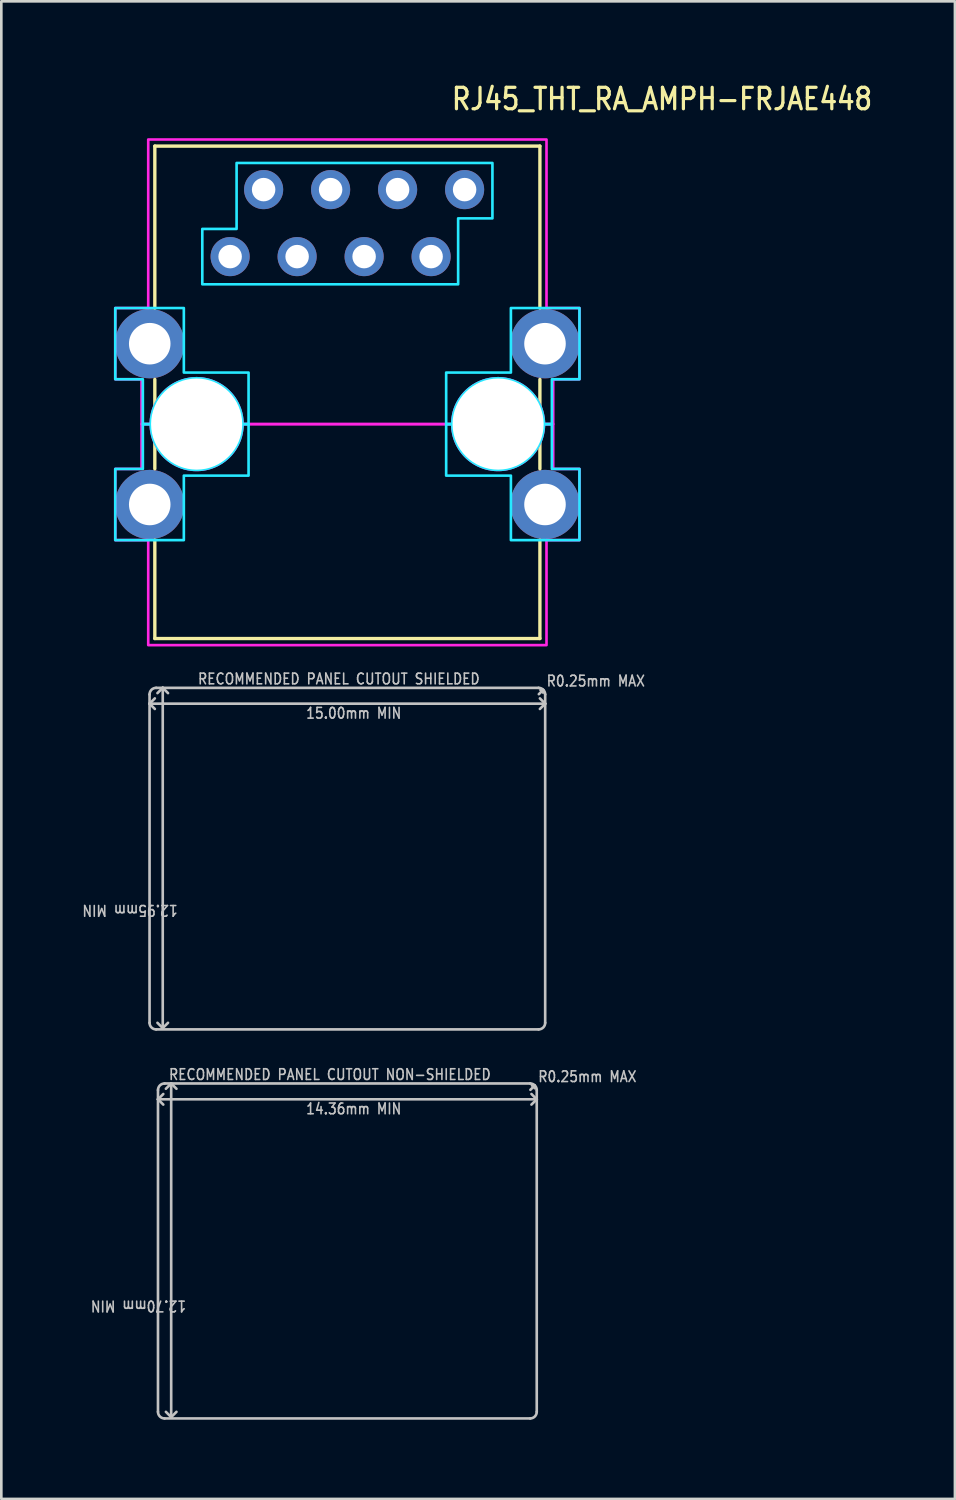
<source format=kicad_pcb>
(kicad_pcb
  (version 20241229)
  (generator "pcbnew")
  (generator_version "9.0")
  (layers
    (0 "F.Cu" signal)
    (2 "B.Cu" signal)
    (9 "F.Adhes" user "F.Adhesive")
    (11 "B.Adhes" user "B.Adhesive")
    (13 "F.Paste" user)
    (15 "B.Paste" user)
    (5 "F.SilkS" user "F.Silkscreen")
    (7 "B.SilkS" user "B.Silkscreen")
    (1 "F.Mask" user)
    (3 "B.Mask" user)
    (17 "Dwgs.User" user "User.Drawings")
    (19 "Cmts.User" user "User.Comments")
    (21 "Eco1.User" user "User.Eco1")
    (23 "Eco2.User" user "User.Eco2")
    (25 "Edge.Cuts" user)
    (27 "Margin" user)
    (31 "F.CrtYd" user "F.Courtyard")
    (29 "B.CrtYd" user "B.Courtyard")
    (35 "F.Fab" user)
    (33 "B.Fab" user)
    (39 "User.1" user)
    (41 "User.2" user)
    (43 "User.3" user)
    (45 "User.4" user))
  (footprint "RJ45_THT_RA_AMPH-FRJAE448"
    (layer "F.Cu")
    (at 10.12 13.029)
    (property "Reference" "RJ45_THT_RA_AMPH-FRJAE448" (at 3.89 -11.85 0) (unlocked yes) (layer "F.SilkS") (effects (font (size 0.813 0.695) (thickness 0.122)) (justify left bottom)))
    (fp_line (start -7.3 -10.54) (end 7.3 -10.54) (stroke (width 0.127) (type solid)) (layer "F.SilkS"))
    (fp_line (start -7.3 -4.402) (end -7.3 -10.54) (stroke (width 0.127) (type solid)) (layer "F.SilkS"))
    (fp_line (start -7.3 1.694) (end -7.3 -1.694) (stroke (width 0.127) (type solid)) (layer "F.SilkS"))
    (fp_line (start -7.3 8.13) (end -7.3 4.402) (stroke (width 0.127) (type solid)) (layer "F.SilkS"))
    (fp_line (start 7.3 -10.54) (end 7.3 -4.402) (stroke (width 0.127) (type solid)) (layer "F.SilkS"))
    (fp_line (start 7.3 -1.694) (end 7.3 1.694) (stroke (width 0.127) (type solid)) (layer "F.SilkS"))
    (fp_line (start 7.3 4.402) (end 7.3 8.13) (stroke (width 0.127) (type solid)) (layer "F.SilkS"))
    (fp_line (start 7.3 8.13) (end -7.3 8.13) (stroke (width 0.127) (type solid)) (layer "F.SilkS"))
    (fp_line (start -7.5 10.6) (end -7.5 10.25) (stroke (width 0.1) (type solid)) (layer "Dwgs.User"))
    (fp_line (start -7.5 10.6) (end -7.3 10.8) (stroke (width 0.1) (type solid)) (layer "Dwgs.User"))
    (fp_line (start -7.5 10.6) (end 7.5 10.6) (stroke (width 0.1) (type solid)) (layer "Dwgs.User"))
    (fp_line (start -7.5 22.7) (end -7.5 10.6) (stroke (width 0.1) (type solid)) (layer "Dwgs.User"))
    (fp_line (start -7.3 10.4) (end -7.5 10.6) (stroke (width 0.1) (type solid)) (layer "Dwgs.User"))
    (fp_line (start -7.25 10) (end -7 10) (stroke (width 0.1) (type solid)) (layer "Dwgs.User"))
    (fp_line (start -7.18 25.6) (end -7.18 25.25) (stroke (width 0.1) (type solid)) (layer "Dwgs.User"))
    (fp_line (start -7.18 25.6) (end -6.98 25.8) (stroke (width 0.1) (type solid)) (layer "Dwgs.User"))
    (fp_line (start -7.18 25.6) (end 7.18 25.6) (stroke (width 0.1) (type solid)) (layer "Dwgs.User"))
    (fp_line (start -7.18 37.45) (end -7.18 25.6) (stroke (width 0.1) (type solid)) (layer "Dwgs.User"))
    (fp_line (start -7 10) (end -7.2 10.2) (stroke (width 0.1) (type solid)) (layer "Dwgs.User"))
    (fp_line (start -7 10) (end -7 22.9) (stroke (width 0.1) (type solid)) (layer "Dwgs.User"))
    (fp_line (start -7 10) (end -6.8 10.2) (stroke (width 0.1) (type solid)) (layer "Dwgs.User"))
    (fp_line (start -7 10) (end 7.25 10) (stroke (width 0.1) (type solid)) (layer "Dwgs.User"))
    (fp_line (start -7 22.9) (end -7.2 22.7) (stroke (width 0.1) (type solid)) (layer "Dwgs.User"))
    (fp_line (start -7 22.9) (end -6.8 22.7) (stroke (width 0.1) (type solid)) (layer "Dwgs.User"))
    (fp_line (start -6.98 25.4) (end -7.18 25.6) (stroke (width 0.1) (type solid)) (layer "Dwgs.User"))
    (fp_line (start -6.93 25) (end -6.68 25) (stroke (width 0.1) (type solid)) (layer "Dwgs.User"))
    (fp_line (start -6.68 25) (end -6.88 25.2) (stroke (width 0.1) (type solid)) (layer "Dwgs.User"))
    (fp_line (start -6.68 25) (end -6.68 37.65) (stroke (width 0.1) (type solid)) (layer "Dwgs.User"))
    (fp_line (start -6.68 25) (end -6.48 25.2) (stroke (width 0.1) (type solid)) (layer "Dwgs.User"))
    (fp_line (start -6.68 25) (end 6.93 25) (stroke (width 0.1) (type solid)) (layer "Dwgs.User"))
    (fp_line (start -6.68 37.65) (end -6.88 37.45) (stroke (width 0.1) (type solid)) (layer "Dwgs.User"))
    (fp_line (start -6.68 37.65) (end -6.48 37.45) (stroke (width 0.1) (type solid)) (layer "Dwgs.User"))
    (fp_line (start 6.93 37.7) (end -6.93 37.7) (stroke (width 0.1) (type solid)) (layer "Dwgs.User"))
    (fp_line (start 6.94 25.24) (end 7.1 25.08) (stroke (width 0.1) (type solid)) (layer "Dwgs.User"))
    (fp_line (start 7.1 25.08) (end 7 25.08) (stroke (width 0.1) (type solid)) (layer "Dwgs.User"))
    (fp_line (start 7.1 25.08) (end 7.1 25.18) (stroke (width 0.1) (type solid)) (layer "Dwgs.User"))
    (fp_line (start 7.18 25.25) (end 7.18 25.6) (stroke (width 0.1) (type solid)) (layer "Dwgs.User"))
    (fp_line (start 7.18 25.6) (end 6.98 25.4) (stroke (width 0.1) (type solid)) (layer "Dwgs.User"))
    (fp_line (start 7.18 25.6) (end 6.98 25.8) (stroke (width 0.1) (type solid)) (layer "Dwgs.User"))
    (fp_line (start 7.18 25.6) (end 7.18 37.45) (stroke (width 0.1) (type solid)) (layer "Dwgs.User"))
    (fp_line (start 7.25 22.95) (end -7.25 22.95) (stroke (width 0.1) (type solid)) (layer "Dwgs.User"))
    (fp_line (start 7.26 10.24) (end 7.42 10.08) (stroke (width 0.1) (type solid)) (layer "Dwgs.User"))
    (fp_line (start 7.42 10.08) (end 7.32 10.08) (stroke (width 0.1) (type solid)) (layer "Dwgs.User"))
    (fp_line (start 7.42 10.08) (end 7.42 10.18) (stroke (width 0.1) (type solid)) (layer "Dwgs.User"))
    (fp_line (start 7.5 10.25) (end 7.5 10.6) (stroke (width 0.1) (type solid)) (layer "Dwgs.User"))
    (fp_line (start 7.5 10.6) (end 7.3 10.4) (stroke (width 0.1) (type solid)) (layer "Dwgs.User"))
    (fp_line (start 7.5 10.6) (end 7.3 10.8) (stroke (width 0.1) (type solid)) (layer "Dwgs.User"))
    (fp_line (start 7.5 10.6) (end 7.5 22.7) (stroke (width 0.1) (type solid)) (layer "Dwgs.User"))
    (fp_arc (start -7.5 10.25) (mid -7.426777 10.073223) (end -7.25 10) (stroke (width 0.1) (type solid)) (layer "Dwgs.User"))
    (fp_arc (start -7.25 22.95) (mid -7.426777 22.876777) (end -7.5 22.7) (stroke (width 0.1) (type solid)) (layer "Dwgs.User"))
    (fp_arc (start -7.18 25.25) (mid -7.106777 25.073223) (end -6.93 25) (stroke (width 0.1) (type solid)) (layer "Dwgs.User"))
    (fp_arc (start -6.93 37.7) (mid -7.106777 37.626777) (end -7.18 37.45) (stroke (width 0.1) (type solid)) (layer "Dwgs.User"))
    (fp_arc (start 6.93 25) (mid 7.106777 25.073223) (end 7.18 25.25) (stroke (width 0.1) (type solid)) (layer "Dwgs.User"))
    (fp_arc (start 7.18 37.45) (mid 7.106777 37.626777) (end 6.93 37.7) (stroke (width 0.1) (type solid)) (layer "Dwgs.User"))
    (fp_arc (start 7.25 10) (mid 7.426777 10.073223) (end 7.5 10.25) (stroke (width 0.1) (type solid)) (layer "Dwgs.User"))
    (fp_arc (start 7.5 22.7) (mid 7.426777 22.876777) (end 7.25 22.95) (stroke (width 0.1) (type solid)) (layer "Dwgs.User"))
    (fp_poly (pts (xy -4.2 -9.9) (xy 5.5 -9.9) (xy 5.5 -7.8) (xy 4.2 -7.8) (xy 4.2 -5.3) (xy -5.5 -5.3) (xy -5.5 -7.4) (xy -4.2 -7.4)) (stroke (width 0.1) (type solid)) (fill no) (layer "B.CrtYd"))
    (fp_poly (pts (xy -6.2 -4.4) (xy -6.2 -1.954) (xy -3.746 -1.954) (xy -3.746 0) (xy -3.978 0) (xy -3.978 -0.000078) (xy -3.978 -0.027) (xy -3.978 -0.027) (xy -3.979 -0.054) (xy -3.979 -0.055) (xy -3.98 -0.082) (xy -3.98 -0.082) (xy -3.981 -0.109) (xy -3.981 -0.109) (xy -3.983 -0.136) (xy -3.983 -0.136) (xy -3.986 -0.163) (xy -3.986 -0.164) (xy -3.988 -0.191) (xy -3.988 -0.191) (xy -3.991 -0.218) (xy -3.992 -0.218) (xy -3.995 -0.245) (xy -3.995 -0.245) (xy -3.999 -0.272) (xy -3.999 -0.272) (xy -4.004 -0.299) (xy -4.004 -0.299) (xy -4.009 -0.325) (xy -4.009 -0.326) (xy -4.014 -0.352) (xy -4.014 -0.352) (xy -4.02 -0.379) (xy -4.02 -0.379) (xy -4.026 -0.405) (xy -4.026 -0.406) (xy -4.032 -0.432) (xy -4.032 -0.432) (xy -4.039 -0.458) (xy -4.039 -0.458) (xy -4.047 -0.485) (xy -4.047 -0.485) (xy -4.055 -0.511) (xy -4.055 -0.511) (xy -4.063 -0.537) (xy -4.063 -0.537) (xy -4.071 -0.563) (xy -4.071 -0.563) (xy -4.08 -0.588) (xy -4.081 -0.589) (xy -4.09 -0.614) (xy -4.09 -0.614) (xy -4.1 -0.639) (xy -4.1 -0.64) (xy -4.11 -0.665) (xy -4.11 -0.665) (xy -4.121 -0.69) (xy -4.121 -0.69) (xy -4.132 -0.715) (xy -4.132 -0.715) (xy -4.143 -0.74) (xy -4.143 -0.74) (xy -4.155 -0.764) (xy -4.155 -0.764) (xy -4.167 -0.789) (xy -4.167 -0.789) (xy -4.18 -0.813) (xy -4.18 -0.813) (xy -4.193 -0.837) (xy -4.193 -0.837) (xy -4.206 -0.861) (xy -4.206 -0.861) (xy -4.22 -0.884) (xy -4.22 -0.884) (xy -4.234 -0.908) (xy -4.234 -0.908) (xy -4.248 -0.931) (xy -4.248 -0.931) (xy -4.263 -0.954) (xy -4.263 -0.954) (xy -4.278 -0.976) (xy -4.278 -0.977) (xy -4.294 -0.999) (xy -4.294 -0.999) (xy -4.31 -1.021) (xy -4.31 -1.021) (xy -4.326 -1.043) (xy -4.326 -1.043) (xy -4.342 -1.065) (xy -4.342 -1.065) (xy -4.359 -1.086) (xy -4.359 -1.086) (xy -4.376 -1.107) (xy -4.377 -1.107) (xy -4.394 -1.128) (xy -4.394 -1.128) (xy -4.412 -1.149) (xy -4.412 -1.149) (xy -4.43 -1.169) (xy -4.43 -1.169) (xy -4.449 -1.189) (xy -4.449 -1.189) (xy -4.467 -1.209) (xy -4.468 -1.209) (xy -4.487 -1.228) (xy -4.487 -1.228) (xy -4.506 -1.247) (xy -4.506 -1.248) (xy -4.526 -1.266) (xy -4.526 -1.266) (xy -4.546 -1.285) (xy -4.546 -1.285) (xy -4.566 -1.303) (xy -4.566 -1.303) (xy -4.587 -1.321) (xy -4.587 -1.321) (xy -4.608 -1.338) (xy -4.608 -1.339) (xy -4.629 -1.356) (xy -4.629 -1.356) (xy -4.65 -1.373) (xy -4.65 -1.373) (xy -4.672 -1.389) (xy -4.672 -1.389) (xy -4.694 -1.405) (xy -4.694 -1.405) (xy -4.716 -1.421) (xy -4.716 -1.421) (xy -4.738 -1.437) (xy -4.739 -1.437) (xy -4.761 -1.452) (xy -4.761 -1.452) (xy -4.784 -1.467) (xy -4.784 -1.467) (xy -4.807 -1.481) (xy -4.807 -1.481) (xy -4.831 -1.495) (xy -4.831 -1.495) (xy -4.854 -1.509) (xy -4.854 -1.509) (xy -4.878 -1.522) (xy -4.878 -1.522) (xy -4.902 -1.535) (xy -4.902 -1.535) (xy -4.926 -1.548) (xy -4.926 -1.548) (xy -4.951 -1.56) (xy -4.951 -1.56) (xy -4.975 -1.572) (xy -4.975 -1.572) (xy -5 -1.583) (xy -5 -1.583) (xy -5.025 -1.594) (xy -5.025 -1.594) (xy -5.05 -1.605) (xy -5.05 -1.605) (xy -5.075 -1.615) (xy -5.076 -1.615) (xy -5.101 -1.625) (xy -5.101 -1.625) (xy -5.126 -1.634) (xy -5.127 -1.635) (xy -5.152 -1.644) (xy -5.152 -1.644) (xy -5.178 -1.652) (xy -5.178 -1.652) (xy -5.204 -1.66) (xy -5.204 -1.66) (xy -5.23 -1.668) (xy -5.23 -1.668) (xy -5.257 -1.676) (xy -5.257 -1.676) (xy -5.283 -1.683) (xy -5.283 -1.683) (xy -5.309 -1.689) (xy -5.31 -1.689) (xy -5.336 -1.695) (xy -5.336 -1.695) (xy -5.363 -1.701) (xy -5.363 -1.701) (xy -5.389 -1.706) (xy -5.39 -1.706) (xy -5.416 -1.711) (xy -5.416 -1.711) (xy -5.443 -1.716) (xy -5.443 -1.716) (xy -5.47 -1.72) (xy -5.47 -1.72) (xy -5.497 -1.723) (xy -5.497 -1.724) (xy -5.524 -1.727) (xy -5.524 -1.727) (xy -5.551 -1.729) (xy -5.552 -1.729) (xy -5.579 -1.732) (xy -5.579 -1.732) (xy -5.606 -1.734) (xy -5.606 -1.734) (xy -5.633 -1.735) (xy -5.633 -1.735) (xy -5.66 -1.736) (xy -5.661 -1.736) (xy -5.688 -1.737) (xy -5.688 -1.737) (xy -5.715 -1.737) (xy -5.715 -1.737) (xy -5.742 -1.737) (xy -5.742 -1.737) (xy -5.769 -1.736) (xy -5.77 -1.736) (xy -5.797 -1.735) (xy -5.797 -1.735) (xy -5.824 -1.734) (xy -5.824 -1.734) (xy -5.851 -1.732) (xy -5.851 -1.732) (xy -5.878 -1.729) (xy -5.879 -1.729) (xy -5.906 -1.727) (xy -5.906 -1.727) (xy -5.933 -1.724) (xy -5.933 -1.723) (xy -5.96 -1.72) (xy -5.96 -1.72) (xy -5.987 -1.716) (xy -5.987 -1.716) (xy -6.014 -1.711) (xy -6.014 -1.711) (xy -6.04 -1.706) (xy -6.041 -1.706) (xy -6.067 -1.701) (xy -6.067 -1.701) (xy -6.094 -1.695) (xy -6.094 -1.695) (xy -6.12 -1.689) (xy -6.121 -1.689) (xy -6.147 -1.683) (xy -6.147 -1.683) (xy -6.173 -1.676) (xy -6.173 -1.676) (xy -6.2 -1.668) (xy -6.2 -1.668) (xy -6.226 -1.66) (xy -6.226 -1.66) (xy -6.252 -1.652) (xy -6.252 -1.652) (xy -6.278 -1.644) (xy -6.278 -1.644) (xy -6.303 -1.635) (xy -6.304 -1.634) (xy -6.329 -1.625) (xy -6.329 -1.625) (xy -6.354 -1.615) (xy -6.355 -1.615) (xy -6.38 -1.605) (xy -6.38 -1.605) (xy -6.405 -1.594) (xy -6.405 -1.594) (xy -6.43 -1.583) (xy -6.43 -1.583) (xy -6.455 -1.572) (xy -6.455 -1.572) (xy -6.479 -1.56) (xy -6.479 -1.56) (xy -6.504 -1.548) (xy -6.504 -1.548) (xy -6.528 -1.535) (xy -6.528 -1.535) (xy -6.552 -1.522) (xy -6.552 -1.522) (xy -6.576 -1.509) (xy -6.576 -1.509) (xy -6.599 -1.495) (xy -6.599 -1.495) (xy -6.623 -1.481) (xy -6.623 -1.481) (xy -6.646 -1.467) (xy -6.646 -1.467) (xy -6.669 -1.452) (xy -6.669 -1.452) (xy -6.691 -1.437) (xy -6.692 -1.437) (xy -6.714 -1.421) (xy -6.714 -1.421) (xy -6.736 -1.405) (xy -6.736 -1.405) (xy -6.758 -1.389) (xy -6.758 -1.389) (xy -6.78 -1.373) (xy -6.78 -1.373) (xy -6.801 -1.356) (xy -6.801 -1.356) (xy -6.822 -1.339) (xy -6.822 -1.338) (xy -6.843 -1.321) (xy -6.843 -1.321) (xy -6.864 -1.303) (xy -6.864 -1.303) (xy -6.884 -1.285) (xy -6.884 -1.285) (xy -6.904 -1.266) (xy -6.904 -1.266) (xy -6.924 -1.248) (xy -6.924 -1.247) (xy -6.943 -1.228) (xy -6.943 -1.228) (xy -6.962 -1.209) (xy -6.963 -1.209) (xy -6.981 -1.189) (xy -6.981 -1.189) (xy -7 -1.169) (xy -7 -1.169) (xy -7.018 -1.149) (xy -7.018 -1.149) (xy -7.036 -1.128) (xy -7.036 -1.128) (xy -7.053 -1.107) (xy -7.054 -1.107) (xy -7.071 -1.086) (xy -7.071 -1.086) (xy -7.088 -1.065) (xy -7.088 -1.065) (xy -7.104 -1.043) (xy -7.104 -1.043) (xy -7.12 -1.021) (xy -7.12 -1.021) (xy -7.136 -0.999) (xy -7.136 -0.999) (xy -7.152 -0.977) (xy -7.152 -0.976) (xy -7.167 -0.954) (xy -7.167 -0.954) (xy -7.182 -0.931) (xy -7.182 -0.931) (xy -7.196 -0.908) (xy -7.196 -0.908) (xy -7.21 -0.884) (xy -7.21 -0.884) (xy -7.224 -0.861) (xy -7.224 -0.861) (xy -7.237 -0.837) (xy -7.237 -0.837) (xy -7.25 -0.813) (xy -7.25 -0.813) (xy -7.263 -0.789) (xy -7.263 -0.789) (xy -7.275 -0.764) (xy -7.275 -0.764) (xy -7.287 -0.74) (xy -7.287 -0.74) (xy -7.298 -0.715) (xy -7.298 -0.715) (xy -7.309 -0.69) (xy -7.309 -0.69) (xy -7.32 -0.665) (xy -7.32 -0.665) (xy -7.33 -0.64) (xy -7.33 -0.639) (xy -7.34 -0.614) (xy -7.34 -0.614) (xy -7.349 -0.589) (xy -7.35 -0.588) (xy -7.359 -0.563) (xy -7.359 -0.563) (xy -7.367 -0.537) (xy -7.367 -0.537) (xy -7.375 -0.511) (xy -7.375 -0.511) (xy -7.383 -0.485) (xy -7.383 -0.485) (xy -7.391 -0.458) (xy -7.391 -0.458) (xy -7.398 -0.432) (xy -7.398 -0.432) (xy -7.404 -0.406) (xy -7.404 -0.405) (xy -7.41 -0.379) (xy -7.41 -0.379) (xy -7.416 -0.352) (xy -7.416 -0.352) (xy -7.421 -0.326) (xy -7.421 -0.325) (xy -7.426 -0.299) (xy -7.426 -0.299) (xy -7.431 -0.272) (xy -7.431 -0.272) (xy -7.435 -0.245) (xy -7.435 -0.245) (xy -7.438 -0.218) (xy -7.439 -0.218) (xy -7.442 -0.191) (xy -7.442 -0.191) (xy -7.444 -0.164) (xy -7.444 -0.163) (xy -7.447 -0.136) (xy -7.447 -0.136) (xy -7.449 -0.109) (xy -7.449 -0.109) (xy -7.45 -0.082) (xy -7.45 -0.082) (xy -7.451 -0.055) (xy -7.451 -0.054) (xy -7.452 -0.027) (xy -7.452 -0.027) (xy -7.452 -0.000078) (xy -7.452 0) (xy -7.754 0) (xy -7.754 -1.7) (xy -8.8 -1.7) (xy -8.8 -4.4)) (stroke (width 0.1) (type solid)) (fill no) (layer "B.CrtYd"))
    (fp_poly (pts (xy -3.746 0) (xy -3.746 1.954) (xy -6.2 1.954) (xy -6.2 4.4) (xy -8.8 4.4) (xy -8.8 1.7) (xy -7.754 1.7) (xy -7.754 0) (xy -7.452 0) (xy -7.452 0.000078) (xy -7.452 0.027) (xy -7.452 0.027) (xy -7.451 0.054) (xy -7.451 0.055) (xy -7.45 0.082) (xy -7.45 0.082) (xy -7.449 0.109) (xy -7.449 0.109) (xy -7.447 0.136) (xy -7.447 0.136) (xy -7.444 0.163) (xy -7.444 0.164) (xy -7.442 0.191) (xy -7.442 0.191) (xy -7.439 0.218) (xy -7.438 0.218) (xy -7.435 0.245) (xy -7.435 0.245) (xy -7.431 0.272) (xy -7.431 0.272) (xy -7.426 0.299) (xy -7.426 0.299) (xy -7.421 0.325) (xy -7.421 0.326) (xy -7.416 0.352) (xy -7.416 0.352) (xy -7.41 0.379) (xy -7.41 0.379) (xy -7.404 0.405) (xy -7.404 0.406) (xy -7.398 0.432) (xy -7.398 0.432) (xy -7.391 0.458) (xy -7.391 0.458) (xy -7.383 0.485) (xy -7.383 0.485) (xy -7.375 0.511) (xy -7.375 0.511) (xy -7.367 0.537) (xy -7.367 0.537) (xy -7.359 0.563) (xy -7.359 0.563) (xy -7.35 0.588) (xy -7.349 0.589) (xy -7.34 0.614) (xy -7.34 0.614) (xy -7.33 0.639) (xy -7.33 0.64) (xy -7.32 0.665) (xy -7.32 0.665) (xy -7.309 0.69) (xy -7.309 0.69) (xy -7.298 0.715) (xy -7.298 0.715) (xy -7.287 0.74) (xy -7.287 0.74) (xy -7.275 0.764) (xy -7.275 0.764) (xy -7.263 0.789) (xy -7.263 0.789) (xy -7.25 0.813) (xy -7.25 0.813) (xy -7.237 0.837) (xy -7.237 0.837) (xy -7.224 0.861) (xy -7.224 0.861) (xy -7.21 0.884) (xy -7.21 0.884) (xy -7.196 0.908) (xy -7.196 0.908) (xy -7.182 0.931) (xy -7.182 0.931) (xy -7.167 0.954) (xy -7.167 0.954) (xy -7.152 0.976) (xy -7.152 0.977) (xy -7.136 0.999) (xy -7.136 0.999) (xy -7.12 1.021) (xy -7.12 1.021) (xy -7.104 1.043) (xy -7.104 1.043) (xy -7.088 1.065) (xy -7.088 1.065) (xy -7.071 1.086) (xy -7.071 1.086) (xy -7.054 1.107) (xy -7.053 1.107) (xy -7.036 1.128) (xy -7.036 1.128) (xy -7.018 1.149) (xy -7.018 1.149) (xy -7 1.169) (xy -7 1.169) (xy -6.981 1.189) (xy -6.981 1.189) (xy -6.963 1.209) (xy -6.962 1.209) (xy -6.943 1.228) (xy -6.943 1.228) (xy -6.924 1.247) (xy -6.924 1.248) (xy -6.904 1.266) (xy -6.904 1.266) (xy -6.884 1.285) (xy -6.884 1.285) (xy -6.864 1.303) (xy -6.864 1.303) (xy -6.843 1.321) (xy -6.843 1.321) (xy -6.822 1.338) (xy -6.822 1.339) (xy -6.801 1.356) (xy -6.801 1.356) (xy -6.78 1.373) (xy -6.78 1.373) (xy -6.758 1.389) (xy -6.758 1.389) (xy -6.736 1.405) (xy -6.736 1.405) (xy -6.714 1.421) (xy -6.714 1.421) (xy -6.692 1.437) (xy -6.691 1.437) (xy -6.669 1.452) (xy -6.669 1.452) (xy -6.646 1.467) (xy -6.646 1.467) (xy -6.623 1.481) (xy -6.623 1.481) (xy -6.599 1.495) (xy -6.599 1.495) (xy -6.576 1.509) (xy -6.576 1.509) (xy -6.552 1.522) (xy -6.552 1.522) (xy -6.528 1.535) (xy -6.528 1.535) (xy -6.504 1.548) (xy -6.504 1.548) (xy -6.479 1.56) (xy -6.479 1.56) (xy -6.455 1.572) (xy -6.455 1.572) (xy -6.43 1.583) (xy -6.43 1.583) (xy -6.405 1.594) (xy -6.405 1.594) (xy -6.38 1.605) (xy -6.38 1.605) (xy -6.355 1.615) (xy -6.354 1.615) (xy -6.329 1.625) (xy -6.329 1.625) (xy -6.304 1.634) (xy -6.303 1.635) (xy -6.278 1.644) (xy -6.278 1.644) (xy -6.252 1.652) (xy -6.252 1.652) (xy -6.226 1.66) (xy -6.226 1.66) (xy -6.2 1.668) (xy -6.2 1.668) (xy -6.173 1.676) (xy -6.173 1.676) (xy -6.147 1.683) (xy -6.147 1.683) (xy -6.121 1.689) (xy -6.12 1.689) (xy -6.094 1.695) (xy -6.094 1.695) (xy -6.067 1.701) (xy -6.067 1.701) (xy -6.041 1.706) (xy -6.04 1.706) (xy -6.014 1.711) (xy -6.014 1.711) (xy -5.987 1.716) (xy -5.987 1.716) (xy -5.96 1.72) (xy -5.96 1.72) (xy -5.933 1.723) (xy -5.933 1.724) (xy -5.906 1.727) (xy -5.906 1.727) (xy -5.879 1.729) (xy -5.878 1.729) (xy -5.851 1.732) (xy -5.851 1.732) (xy -5.824 1.734) (xy -5.824 1.734) (xy -5.797 1.735) (xy -5.797 1.735) (xy -5.77 1.736) (xy -5.769 1.736) (xy -5.742 1.737) (xy -5.742 1.737) (xy -5.715 1.737) (xy -5.715 1.737) (xy -5.688 1.737) (xy -5.688 1.737) (xy -5.661 1.736) (xy -5.66 1.736) (xy -5.633 1.735) (xy -5.633 1.735) (xy -5.606 1.734) (xy -5.606 1.734) (xy -5.579 1.732) (xy -5.579 1.732) (xy -5.552 1.729) (xy -5.551 1.729) (xy -5.524 1.727) (xy -5.524 1.727) (xy -5.497 1.724) (xy -5.497 1.723) (xy -5.47 1.72) (xy -5.47 1.72) (xy -5.443 1.716) (xy -5.443 1.716) (xy -5.416 1.711) (xy -5.416 1.711) (xy -5.39 1.706) (xy -5.389 1.706) (xy -5.363 1.701) (xy -5.363 1.701) (xy -5.336 1.695) (xy -5.336 1.695) (xy -5.31 1.689) (xy -5.309 1.689) (xy -5.283 1.683) (xy -5.283 1.683) (xy -5.257 1.676) (xy -5.257 1.676) (xy -5.23 1.668) (xy -5.23 1.668) (xy -5.204 1.66) (xy -5.204 1.66) (xy -5.178 1.652) (xy -5.178 1.652) (xy -5.152 1.644) (xy -5.152 1.644) (xy -5.127 1.635) (xy -5.126 1.634) (xy -5.101 1.625) (xy -5.101 1.625) (xy -5.076 1.615) (xy -5.075 1.615) (xy -5.05 1.605) (xy -5.05 1.605) (xy -5.025 1.594) (xy -5.025 1.594) (xy -5 1.583) (xy -5 1.583) (xy -4.975 1.572) (xy -4.975 1.572) (xy -4.951 1.56) (xy -4.951 1.56) (xy -4.926 1.548) (xy -4.926 1.548) (xy -4.902 1.535) (xy -4.902 1.535) (xy -4.878 1.522) (xy -4.878 1.522) (xy -4.854 1.509) (xy -4.854 1.509) (xy -4.831 1.495) (xy -4.831 1.495) (xy -4.807 1.481) (xy -4.807 1.481) (xy -4.784 1.467) (xy -4.784 1.467) (xy -4.761 1.452) (xy -4.761 1.452) (xy -4.739 1.437) (xy -4.738 1.437) (xy -4.716 1.421) (xy -4.716 1.421) (xy -4.694 1.405) (xy -4.694 1.405) (xy -4.672 1.389) (xy -4.672 1.389) (xy -4.65 1.373) (xy -4.65 1.373) (xy -4.629 1.356) (xy -4.629 1.356) (xy -4.608 1.339) (xy -4.608 1.338) (xy -4.587 1.321) (xy -4.587 1.321) (xy -4.566 1.303) (xy -4.566 1.303) (xy -4.546 1.285) (xy -4.546 1.285) (xy -4.526 1.266) (xy -4.526 1.266) (xy -4.506 1.248) (xy -4.506 1.247) (xy -4.487 1.228) (xy -4.487 1.228) (xy -4.468 1.209) (xy -4.467 1.209) (xy -4.449 1.189) (xy -4.449 1.189) (xy -4.43 1.169) (xy -4.43 1.169) (xy -4.412 1.149) (xy -4.412 1.149) (xy -4.394 1.128) (xy -4.394 1.128) (xy -4.377 1.107) (xy -4.376 1.107) (xy -4.359 1.086) (xy -4.359 1.086) (xy -4.342 1.065) (xy -4.342 1.065) (xy -4.326 1.043) (xy -4.326 1.043) (xy -4.31 1.021) (xy -4.31 1.021) (xy -4.294 0.999) (xy -4.294 0.999) (xy -4.278 0.977) (xy -4.278 0.976) (xy -4.263 0.954) (xy -4.263 0.954) (xy -4.248 0.931) (xy -4.248 0.931) (xy -4.234 0.908) (xy -4.234 0.908) (xy -4.22 0.884) (xy -4.22 0.884) (xy -4.206 0.861) (xy -4.206 0.861) (xy -4.193 0.837) (xy -4.193 0.837) (xy -4.18 0.813) (xy -4.18 0.813) (xy -4.167 0.789) (xy -4.167 0.789) (xy -4.155 0.764) (xy -4.155 0.764) (xy -4.143 0.74) (xy -4.143 0.74) (xy -4.132 0.715) (xy -4.132 0.715) (xy -4.121 0.69) (xy -4.121 0.69) (xy -4.11 0.665) (xy -4.11 0.665) (xy -4.1 0.64) (xy -4.1 0.639) (xy -4.09 0.614) (xy -4.09 0.614) (xy -4.081 0.589) (xy -4.08 0.588) (xy -4.071 0.563) (xy -4.071 0.563) (xy -4.063 0.537) (xy -4.063 0.537) (xy -4.055 0.511) (xy -4.055 0.511) (xy -4.047 0.485) (xy -4.047 0.485) (xy -4.039 0.458) (xy -4.039 0.458) (xy -4.032 0.432) (xy -4.032 0.432) (xy -4.026 0.406) (xy -4.026 0.405) (xy -4.02 0.379) (xy -4.02 0.379) (xy -4.014 0.352) (xy -4.014 0.352) (xy -4.009 0.326) (xy -4.009 0.325) (xy -4.004 0.299) (xy -4.004 0.299) (xy -3.999 0.272) (xy -3.999 0.272) (xy -3.995 0.245) (xy -3.995 0.245) (xy -3.992 0.218) (xy -3.991 0.218) (xy -3.988 0.191) (xy -3.988 0.191) (xy -3.986 0.164) (xy -3.986 0.163) (xy -3.983 0.136) (xy -3.983 0.136) (xy -3.981 0.109) (xy -3.981 0.109) (xy -3.98 0.082) (xy -3.98 0.082) (xy -3.979 0.055) (xy -3.979 0.054) (xy -3.978 0.027) (xy -3.978 0.027) (xy -3.978 0.000078) (xy -3.978 0)) (stroke (width 0.1) (type solid)) (fill no) (layer "B.CrtYd"))
    (fp_poly (pts (xy 3.746 0) (xy 3.746 -1.954) (xy 6.2 -1.954) (xy 6.2 -4.4) (xy 8.8 -4.4) (xy 8.8 -1.7) (xy 7.754 -1.7) (xy 7.754 0) (xy 7.452 0) (xy 7.452 -0.000078) (xy 7.452 -0.027) (xy 7.452 -0.027) (xy 7.451 -0.054) (xy 7.451 -0.055) (xy 7.45 -0.082) (xy 7.45 -0.082) (xy 7.449 -0.109) (xy 7.449 -0.109) (xy 7.447 -0.136) (xy 7.447 -0.136) (xy 7.444 -0.163) (xy 7.444 -0.164) (xy 7.442 -0.191) (xy 7.442 -0.191) (xy 7.439 -0.218) (xy 7.438 -0.218) (xy 7.435 -0.245) (xy 7.435 -0.245) (xy 7.431 -0.272) (xy 7.431 -0.272) (xy 7.426 -0.299) (xy 7.426 -0.299) (xy 7.421 -0.325) (xy 7.421 -0.326) (xy 7.416 -0.352) (xy 7.416 -0.352) (xy 7.41 -0.379) (xy 7.41 -0.379) (xy 7.404 -0.405) (xy 7.404 -0.406) (xy 7.398 -0.432) (xy 7.398 -0.432) (xy 7.391 -0.458) (xy 7.391 -0.458) (xy 7.383 -0.485) (xy 7.383 -0.485) (xy 7.375 -0.511) (xy 7.375 -0.511) (xy 7.367 -0.537) (xy 7.367 -0.537) (xy 7.359 -0.563) (xy 7.359 -0.563) (xy 7.35 -0.588) (xy 7.349 -0.589) (xy 7.34 -0.614) (xy 7.34 -0.614) (xy 7.33 -0.639) (xy 7.33 -0.64) (xy 7.32 -0.665) (xy 7.32 -0.665) (xy 7.309 -0.69) (xy 7.309 -0.69) (xy 7.298 -0.715) (xy 7.298 -0.715) (xy 7.287 -0.74) (xy 7.287 -0.74) (xy 7.275 -0.764) (xy 7.275 -0.764) (xy 7.263 -0.789) (xy 7.263 -0.789) (xy 7.25 -0.813) (xy 7.25 -0.813) (xy 7.237 -0.837) (xy 7.237 -0.837) (xy 7.224 -0.861) (xy 7.224 -0.861) (xy 7.21 -0.884) (xy 7.21 -0.884) (xy 7.196 -0.908) (xy 7.196 -0.908) (xy 7.182 -0.931) (xy 7.182 -0.931) (xy 7.167 -0.954) (xy 7.167 -0.954) (xy 7.152 -0.976) (xy 7.152 -0.977) (xy 7.136 -0.999) (xy 7.136 -0.999) (xy 7.12 -1.021) (xy 7.12 -1.021) (xy 7.104 -1.043) (xy 7.104 -1.043) (xy 7.088 -1.065) (xy 7.088 -1.065) (xy 7.071 -1.086) (xy 7.071 -1.086) (xy 7.054 -1.107) (xy 7.053 -1.107) (xy 7.036 -1.128) (xy 7.036 -1.128) (xy 7.018 -1.149) (xy 7.018 -1.149) (xy 7 -1.169) (xy 7 -1.169) (xy 6.981 -1.189) (xy 6.981 -1.189) (xy 6.963 -1.209) (xy 6.962 -1.209) (xy 6.943 -1.228) (xy 6.943 -1.228) (xy 6.924 -1.247) (xy 6.924 -1.248) (xy 6.904 -1.266) (xy 6.904 -1.266) (xy 6.884 -1.285) (xy 6.884 -1.285) (xy 6.864 -1.303) (xy 6.864 -1.303) (xy 6.843 -1.321) (xy 6.843 -1.321) (xy 6.822 -1.338) (xy 6.822 -1.339) (xy 6.801 -1.356) (xy 6.801 -1.356) (xy 6.78 -1.373) (xy 6.78 -1.373) (xy 6.758 -1.389) (xy 6.758 -1.389) (xy 6.736 -1.405) (xy 6.736 -1.405) (xy 6.714 -1.421) (xy 6.714 -1.421) (xy 6.692 -1.437) (xy 6.691 -1.437) (xy 6.669 -1.452) (xy 6.669 -1.452) (xy 6.646 -1.467) (xy 6.646 -1.467) (xy 6.623 -1.481) (xy 6.623 -1.481) (xy 6.599 -1.495) (xy 6.599 -1.495) (xy 6.576 -1.509) (xy 6.576 -1.509) (xy 6.552 -1.522) (xy 6.552 -1.522) (xy 6.528 -1.535) (xy 6.528 -1.535) (xy 6.504 -1.548) (xy 6.504 -1.548) (xy 6.479 -1.56) (xy 6.479 -1.56) (xy 6.455 -1.572) (xy 6.455 -1.572) (xy 6.43 -1.583) (xy 6.43 -1.583) (xy 6.405 -1.594) (xy 6.405 -1.594) (xy 6.38 -1.605) (xy 6.38 -1.605) (xy 6.355 -1.615) (xy 6.354 -1.615) (xy 6.329 -1.625) (xy 6.329 -1.625) (xy 6.304 -1.634) (xy 6.303 -1.635) (xy 6.278 -1.644) (xy 6.278 -1.644) (xy 6.252 -1.652) (xy 6.252 -1.652) (xy 6.226 -1.66) (xy 6.226 -1.66) (xy 6.2 -1.668) (xy 6.2 -1.668) (xy 6.173 -1.676) (xy 6.173 -1.676) (xy 6.147 -1.683) (xy 6.147 -1.683) (xy 6.121 -1.689) (xy 6.12 -1.689) (xy 6.094 -1.695) (xy 6.094 -1.695) (xy 6.067 -1.701) (xy 6.067 -1.701) (xy 6.041 -1.706) (xy 6.04 -1.706) (xy 6.014 -1.711) (xy 6.014 -1.711) (xy 5.987 -1.716) (xy 5.987 -1.716) (xy 5.96 -1.72) (xy 5.96 -1.72) (xy 5.933 -1.723) (xy 5.933 -1.724) (xy 5.906 -1.727) (xy 5.906 -1.727) (xy 5.879 -1.729) (xy 5.878 -1.729) (xy 5.851 -1.732) (xy 5.851 -1.732) (xy 5.824 -1.734) (xy 5.824 -1.734) (xy 5.797 -1.735) (xy 5.797 -1.735) (xy 5.77 -1.736) (xy 5.769 -1.736) (xy 5.742 -1.737) (xy 5.742 -1.737) (xy 5.715 -1.737) (xy 5.715 -1.737) (xy 5.688 -1.737) (xy 5.688 -1.737) (xy 5.661 -1.736) (xy 5.66 -1.736) (xy 5.633 -1.735) (xy 5.633 -1.735) (xy 5.606 -1.734) (xy 5.606 -1.734) (xy 5.579 -1.732) (xy 5.579 -1.732) (xy 5.552 -1.729) (xy 5.551 -1.729) (xy 5.524 -1.727) (xy 5.524 -1.727) (xy 5.497 -1.724) (xy 5.497 -1.723) (xy 5.47 -1.72) (xy 5.47 -1.72) (xy 5.443 -1.716) (xy 5.443 -1.716) (xy 5.416 -1.711) (xy 5.416 -1.711) (xy 5.39 -1.706) (xy 5.389 -1.706) (xy 5.363 -1.701) (xy 5.363 -1.701) (xy 5.336 -1.695) (xy 5.336 -1.695) (xy 5.31 -1.689) (xy 5.309 -1.689) (xy 5.283 -1.683) (xy 5.283 -1.683) (xy 5.257 -1.676) (xy 5.257 -1.676) (xy 5.23 -1.668) (xy 5.23 -1.668) (xy 5.204 -1.66) (xy 5.204 -1.66) (xy 5.178 -1.652) (xy 5.178 -1.652) (xy 5.152 -1.644) (xy 5.152 -1.644) (xy 5.127 -1.635) (xy 5.126 -1.634) (xy 5.101 -1.625) (xy 5.101 -1.625) (xy 5.076 -1.615) (xy 5.075 -1.615) (xy 5.05 -1.605) (xy 5.05 -1.605) (xy 5.025 -1.594) (xy 5.025 -1.594) (xy 5 -1.583) (xy 5 -1.583) (xy 4.975 -1.572) (xy 4.975 -1.572) (xy 4.951 -1.56) (xy 4.951 -1.56) (xy 4.926 -1.548) (xy 4.926 -1.548) (xy 4.902 -1.535) (xy 4.902 -1.535) (xy 4.878 -1.522) (xy 4.878 -1.522) (xy 4.854 -1.509) (xy 4.854 -1.509) (xy 4.831 -1.495) (xy 4.831 -1.495) (xy 4.807 -1.481) (xy 4.807 -1.481) (xy 4.784 -1.467) (xy 4.784 -1.467) (xy 4.761 -1.452) (xy 4.761 -1.452) (xy 4.739 -1.437) (xy 4.738 -1.437) (xy 4.716 -1.421) (xy 4.716 -1.421) (xy 4.694 -1.405) (xy 4.694 -1.405) (xy 4.672 -1.389) (xy 4.672 -1.389) (xy 4.65 -1.373) (xy 4.65 -1.373) (xy 4.629 -1.356) (xy 4.629 -1.356) (xy 4.608 -1.339) (xy 4.608 -1.338) (xy 4.587 -1.321) (xy 4.587 -1.321) (xy 4.566 -1.303) (xy 4.566 -1.303) (xy 4.546 -1.285) (xy 4.546 -1.285) (xy 4.526 -1.266) (xy 4.526 -1.266) (xy 4.506 -1.248) (xy 4.506 -1.247) (xy 4.487 -1.228) (xy 4.487 -1.228) (xy 4.468 -1.209) (xy 4.467 -1.209) (xy 4.449 -1.189) (xy 4.449 -1.189) (xy 4.43 -1.169) (xy 4.43 -1.169) (xy 4.412 -1.149) (xy 4.412 -1.149) (xy 4.394 -1.128) (xy 4.394 -1.128) (xy 4.377 -1.107) (xy 4.376 -1.107) (xy 4.359 -1.086) (xy 4.359 -1.086) (xy 4.342 -1.065) (xy 4.342 -1.065) (xy 4.326 -1.043) (xy 4.326 -1.043) (xy 4.31 -1.021) (xy 4.31 -1.021) (xy 4.294 -0.999) (xy 4.294 -0.999) (xy 4.278 -0.977) (xy 4.278 -0.976) (xy 4.263 -0.954) (xy 4.263 -0.954) (xy 4.248 -0.931) (xy 4.248 -0.931) (xy 4.234 -0.908) (xy 4.234 -0.908) (xy 4.22 -0.884) (xy 4.22 -0.884) (xy 4.206 -0.861) (xy 4.206 -0.861) (xy 4.193 -0.837) (xy 4.193 -0.837) (xy 4.18 -0.813) (xy 4.18 -0.813) (xy 4.167 -0.789) (xy 4.167 -0.789) (xy 4.155 -0.764) (xy 4.155 -0.764) (xy 4.143 -0.74) (xy 4.143 -0.74) (xy 4.132 -0.715) (xy 4.132 -0.715) (xy 4.121 -0.69) (xy 4.121 -0.69) (xy 4.11 -0.665) (xy 4.11 -0.665) (xy 4.1 -0.64) (xy 4.1 -0.639) (xy 4.09 -0.614) (xy 4.09 -0.614) (xy 4.081 -0.589) (xy 4.08 -0.588) (xy 4.071 -0.563) (xy 4.071 -0.563) (xy 4.063 -0.537) (xy 4.063 -0.537) (xy 4.055 -0.511) (xy 4.055 -0.511) (xy 4.047 -0.485) (xy 4.047 -0.485) (xy 4.039 -0.458) (xy 4.039 -0.458) (xy 4.032 -0.432) (xy 4.032 -0.432) (xy 4.026 -0.406) (xy 4.026 -0.405) (xy 4.02 -0.379) (xy 4.02 -0.379) (xy 4.014 -0.352) (xy 4.014 -0.352) (xy 4.009 -0.326) (xy 4.009 -0.325) (xy 4.004 -0.299) (xy 4.004 -0.299) (xy 3.999 -0.272) (xy 3.999 -0.272) (xy 3.995 -0.245) (xy 3.995 -0.245) (xy 3.992 -0.218) (xy 3.991 -0.218) (xy 3.988 -0.191) (xy 3.988 -0.191) (xy 3.986 -0.164) (xy 3.986 -0.163) (xy 3.983 -0.136) (xy 3.983 -0.136) (xy 3.981 -0.109) (xy 3.981 -0.109) (xy 3.98 -0.082) (xy 3.98 -0.082) (xy 3.979 -0.055) (xy 3.979 -0.054) (xy 3.978 -0.027) (xy 3.978 -0.027) (xy 3.978 -0.000078) (xy 3.978 0)) (stroke (width 0.1) (type solid)) (fill no) (layer "B.CrtYd"))
    (fp_poly (pts (xy 6.2 4.4) (xy 6.2 1.954) (xy 3.746 1.954) (xy 3.746 0) (xy 3.978 0) (xy 3.978 0.000078) (xy 3.978 0.027) (xy 3.978 0.027) (xy 3.979 0.054) (xy 3.979 0.055) (xy 3.98 0.082) (xy 3.98 0.082) (xy 3.981 0.109) (xy 3.981 0.109) (xy 3.983 0.136) (xy 3.983 0.136) (xy 3.986 0.163) (xy 3.986 0.164) (xy 3.988 0.191) (xy 3.988 0.191) (xy 3.991 0.218) (xy 3.992 0.218) (xy 3.995 0.245) (xy 3.995 0.245) (xy 3.999 0.272) (xy 3.999 0.272) (xy 4.004 0.299) (xy 4.004 0.299) (xy 4.009 0.325) (xy 4.009 0.326) (xy 4.014 0.352) (xy 4.014 0.352) (xy 4.02 0.379) (xy 4.02 0.379) (xy 4.026 0.405) (xy 4.026 0.406) (xy 4.032 0.432) (xy 4.032 0.432) (xy 4.039 0.458) (xy 4.039 0.458) (xy 4.047 0.485) (xy 4.047 0.485) (xy 4.055 0.511) (xy 4.055 0.511) (xy 4.063 0.537) (xy 4.063 0.537) (xy 4.071 0.563) (xy 4.071 0.563) (xy 4.08 0.588) (xy 4.081 0.589) (xy 4.09 0.614) (xy 4.09 0.614) (xy 4.1 0.639) (xy 4.1 0.64) (xy 4.11 0.665) (xy 4.11 0.665) (xy 4.121 0.69) (xy 4.121 0.69) (xy 4.132 0.715) (xy 4.132 0.715) (xy 4.143 0.74) (xy 4.143 0.74) (xy 4.155 0.764) (xy 4.155 0.764) (xy 4.167 0.789) (xy 4.167 0.789) (xy 4.18 0.813) (xy 4.18 0.813) (xy 4.193 0.837) (xy 4.193 0.837) (xy 4.206 0.861) (xy 4.206 0.861) (xy 4.22 0.884) (xy 4.22 0.884) (xy 4.234 0.908) (xy 4.234 0.908) (xy 4.248 0.931) (xy 4.248 0.931) (xy 4.263 0.954) (xy 4.263 0.954) (xy 4.278 0.976) (xy 4.278 0.977) (xy 4.294 0.999) (xy 4.294 0.999) (xy 4.31 1.021) (xy 4.31 1.021) (xy 4.326 1.043) (xy 4.326 1.043) (xy 4.342 1.065) (xy 4.342 1.065) (xy 4.359 1.086) (xy 4.359 1.086) (xy 4.376 1.107) (xy 4.377 1.107) (xy 4.394 1.128) (xy 4.394 1.128) (xy 4.412 1.149) (xy 4.412 1.149) (xy 4.43 1.169) (xy 4.43 1.169) (xy 4.449 1.189) (xy 4.449 1.189) (xy 4.467 1.209) (xy 4.468 1.209) (xy 4.487 1.228) (xy 4.487 1.228) (xy 4.506 1.247) (xy 4.506 1.248) (xy 4.526 1.266) (xy 4.526 1.266) (xy 4.546 1.285) (xy 4.546 1.285) (xy 4.566 1.303) (xy 4.566 1.303) (xy 4.587 1.321) (xy 4.587 1.321) (xy 4.608 1.338) (xy 4.608 1.339) (xy 4.629 1.356) (xy 4.629 1.356) (xy 4.65 1.373) (xy 4.65 1.373) (xy 4.672 1.389) (xy 4.672 1.389) (xy 4.694 1.405) (xy 4.694 1.405) (xy 4.716 1.421) (xy 4.716 1.421) (xy 4.738 1.437) (xy 4.739 1.437) (xy 4.761 1.452) (xy 4.761 1.452) (xy 4.784 1.467) (xy 4.784 1.467) (xy 4.807 1.481) (xy 4.807 1.481) (xy 4.831 1.495) (xy 4.831 1.495) (xy 4.854 1.509) (xy 4.854 1.509) (xy 4.878 1.522) (xy 4.878 1.522) (xy 4.902 1.535) (xy 4.902 1.535) (xy 4.926 1.548) (xy 4.926 1.548) (xy 4.951 1.56) (xy 4.951 1.56) (xy 4.975 1.572) (xy 4.975 1.572) (xy 5 1.583) (xy 5 1.583) (xy 5.025 1.594) (xy 5.025 1.594) (xy 5.05 1.605) (xy 5.05 1.605) (xy 5.075 1.615) (xy 5.076 1.615) (xy 5.101 1.625) (xy 5.101 1.625) (xy 5.126 1.634) (xy 5.127 1.635) (xy 5.152 1.644) (xy 5.152 1.644) (xy 5.178 1.652) (xy 5.178 1.652) (xy 5.204 1.66) (xy 5.204 1.66) (xy 5.23 1.668) (xy 5.23 1.668) (xy 5.257 1.676) (xy 5.257 1.676) (xy 5.283 1.683) (xy 5.283 1.683) (xy 5.309 1.689) (xy 5.31 1.689) (xy 5.336 1.695) (xy 5.336 1.695) (xy 5.363 1.701) (xy 5.363 1.701) (xy 5.389 1.706) (xy 5.39 1.706) (xy 5.416 1.711) (xy 5.416 1.711) (xy 5.443 1.716) (xy 5.443 1.716) (xy 5.47 1.72) (xy 5.47 1.72) (xy 5.497 1.723) (xy 5.497 1.724) (xy 5.524 1.727) (xy 5.524 1.727) (xy 5.551 1.729) (xy 5.552 1.729) (xy 5.579 1.732) (xy 5.579 1.732) (xy 5.606 1.734) (xy 5.606 1.734) (xy 5.633 1.735) (xy 5.633 1.735) (xy 5.66 1.736) (xy 5.661 1.736) (xy 5.688 1.737) (xy 5.688 1.737) (xy 5.715 1.737) (xy 5.715 1.737) (xy 5.742 1.737) (xy 5.742 1.737) (xy 5.769 1.736) (xy 5.77 1.736) (xy 5.797 1.735) (xy 5.797 1.735) (xy 5.824 1.734) (xy 5.824 1.734) (xy 5.851 1.732) (xy 5.851 1.732) (xy 5.878 1.729) (xy 5.879 1.729) (xy 5.906 1.727) (xy 5.906 1.727) (xy 5.933 1.724) (xy 5.933 1.723) (xy 5.96 1.72) (xy 5.96 1.72) (xy 5.987 1.716) (xy 5.987 1.716) (xy 6.014 1.711) (xy 6.014 1.711) (xy 6.04 1.706) (xy 6.041 1.706) (xy 6.067 1.701) (xy 6.067 1.701) (xy 6.094 1.695) (xy 6.094 1.695) (xy 6.12 1.689) (xy 6.121 1.689) (xy 6.147 1.683) (xy 6.147 1.683) (xy 6.173 1.676) (xy 6.173 1.676) (xy 6.2 1.668) (xy 6.2 1.668) (xy 6.226 1.66) (xy 6.226 1.66) (xy 6.252 1.652) (xy 6.252 1.652) (xy 6.278 1.644) (xy 6.278 1.644) (xy 6.303 1.635) (xy 6.304 1.634) (xy 6.329 1.625) (xy 6.329 1.625) (xy 6.354 1.615) (xy 6.355 1.615) (xy 6.38 1.605) (xy 6.38 1.605) (xy 6.405 1.594) (xy 6.405 1.594) (xy 6.43 1.583) (xy 6.43 1.583) (xy 6.455 1.572) (xy 6.455 1.572) (xy 6.479 1.56) (xy 6.479 1.56) (xy 6.504 1.548) (xy 6.504 1.548) (xy 6.528 1.535) (xy 6.528 1.535) (xy 6.552 1.522) (xy 6.552 1.522) (xy 6.576 1.509) (xy 6.576 1.509) (xy 6.599 1.495) (xy 6.599 1.495) (xy 6.623 1.481) (xy 6.623 1.481) (xy 6.646 1.467) (xy 6.646 1.467) (xy 6.669 1.452) (xy 6.669 1.452) (xy 6.691 1.437) (xy 6.692 1.437) (xy 6.714 1.421) (xy 6.714 1.421) (xy 6.736 1.405) (xy 6.736 1.405) (xy 6.758 1.389) (xy 6.758 1.389) (xy 6.78 1.373) (xy 6.78 1.373) (xy 6.801 1.356) (xy 6.801 1.356) (xy 6.822 1.339) (xy 6.822 1.338) (xy 6.843 1.321) (xy 6.843 1.321) (xy 6.864 1.303) (xy 6.864 1.303) (xy 6.884 1.285) (xy 6.884 1.285) (xy 6.904 1.266) (xy 6.904 1.266) (xy 6.924 1.248) (xy 6.924 1.247) (xy 6.943 1.228) (xy 6.943 1.228) (xy 6.962 1.209) (xy 6.963 1.209) (xy 6.981 1.189) (xy 6.981 1.189) (xy 7 1.169) (xy 7 1.169) (xy 7.018 1.149) (xy 7.018 1.149) (xy 7.036 1.128) (xy 7.036 1.128) (xy 7.053 1.107) (xy 7.054 1.107) (xy 7.071 1.086) (xy 7.071 1.086) (xy 7.088 1.065) (xy 7.088 1.065) (xy 7.104 1.043) (xy 7.104 1.043) (xy 7.12 1.021) (xy 7.12 1.021) (xy 7.136 0.999) (xy 7.136 0.999) (xy 7.152 0.977) (xy 7.152 0.976) (xy 7.167 0.954) (xy 7.167 0.954) (xy 7.182 0.931) (xy 7.182 0.931) (xy 7.196 0.908) (xy 7.196 0.908) (xy 7.21 0.884) (xy 7.21 0.884) (xy 7.224 0.861) (xy 7.224 0.861) (xy 7.237 0.837) (xy 7.237 0.837) (xy 7.25 0.813) (xy 7.25 0.813) (xy 7.263 0.789) (xy 7.263 0.789) (xy 7.275 0.764) (xy 7.275 0.764) (xy 7.287 0.74) (xy 7.287 0.74) (xy 7.298 0.715) (xy 7.298 0.715) (xy 7.309 0.69) (xy 7.309 0.69) (xy 7.32 0.665) (xy 7.32 0.665) (xy 7.33 0.64) (xy 7.33 0.639) (xy 7.34 0.614) (xy 7.34 0.614) (xy 7.349 0.589) (xy 7.35 0.588) (xy 7.359 0.563) (xy 7.359 0.563) (xy 7.367 0.537) (xy 7.367 0.537) (xy 7.375 0.511) (xy 7.375 0.511) (xy 7.383 0.485) (xy 7.383 0.485) (xy 7.391 0.458) (xy 7.391 0.458) (xy 7.398 0.432) (xy 7.398 0.432) (xy 7.404 0.406) (xy 7.404 0.405) (xy 7.41 0.379) (xy 7.41 0.379) (xy 7.416 0.352) (xy 7.416 0.352) (xy 7.421 0.326) (xy 7.421 0.325) (xy 7.426 0.299) (xy 7.426 0.299) (xy 7.431 0.272) (xy 7.431 0.272) (xy 7.435 0.245) (xy 7.435 0.245) (xy 7.438 0.218) (xy 7.439 0.218) (xy 7.442 0.191) (xy 7.442 0.191) (xy 7.444 0.164) (xy 7.444 0.163) (xy 7.447 0.136) (xy 7.447 0.136) (xy 7.449 0.109) (xy 7.449 0.109) (xy 7.45 0.082) (xy 7.45 0.082) (xy 7.451 0.055) (xy 7.451 0.054) (xy 7.452 0.027) (xy 7.452 0.027) (xy 7.452 0.000078) (xy 7.452 0) (xy 7.754 0) (xy 7.754 1.7) (xy 8.8 1.7) (xy 8.8 4.4)) (stroke (width 0.1) (type solid)) (fill no) (layer "B.CrtYd"))
    (fp_poly (pts (xy 7.55 -10.79) (xy 7.55 -4.4) (xy 8.8 -4.4) (xy 8.8 -1.7) (xy 7.804 -1.7) (xy 7.804 0) (xy 7.452 0) (xy 7.452 -0.000078) (xy 7.452 -0.027) (xy 7.452 -0.027) (xy 7.451 -0.054) (xy 7.451 -0.055) (xy 7.45 -0.082) (xy 7.45 -0.082) (xy 7.449 -0.109) (xy 7.449 -0.109) (xy 7.447 -0.136) (xy 7.447 -0.136) (xy 7.444 -0.163) (xy 7.444 -0.164) (xy 7.442 -0.191) (xy 7.442 -0.191) (xy 7.439 -0.218) (xy 7.438 -0.218) (xy 7.435 -0.245) (xy 7.435 -0.245) (xy 7.431 -0.272) (xy 7.431 -0.272) (xy 7.426 -0.299) (xy 7.426 -0.299) (xy 7.421 -0.325) (xy 7.421 -0.326) (xy 7.416 -0.352) (xy 7.416 -0.352) (xy 7.41 -0.379) (xy 7.41 -0.379) (xy 7.404 -0.405) (xy 7.404 -0.406) (xy 7.398 -0.432) (xy 7.398 -0.432) (xy 7.391 -0.458) (xy 7.391 -0.458) (xy 7.383 -0.485) (xy 7.383 -0.485) (xy 7.375 -0.511) (xy 7.375 -0.511) (xy 7.367 -0.537) (xy 7.367 -0.537) (xy 7.359 -0.563) (xy 7.359 -0.563) (xy 7.35 -0.588) (xy 7.349 -0.589) (xy 7.34 -0.614) (xy 7.34 -0.614) (xy 7.33 -0.639) (xy 7.33 -0.64) (xy 7.32 -0.665) (xy 7.32 -0.665) (xy 7.309 -0.69) (xy 7.309 -0.69) (xy 7.298 -0.715) (xy 7.298 -0.715) (xy 7.287 -0.74) (xy 7.287 -0.74) (xy 7.275 -0.764) (xy 7.275 -0.764) (xy 7.263 -0.789) (xy 7.263 -0.789) (xy 7.25 -0.813) (xy 7.25 -0.813) (xy 7.237 -0.837) (xy 7.237 -0.837) (xy 7.224 -0.861) (xy 7.224 -0.861) (xy 7.21 -0.884) (xy 7.21 -0.884) (xy 7.196 -0.908) (xy 7.196 -0.908) (xy 7.182 -0.931) (xy 7.182 -0.931) (xy 7.167 -0.954) (xy 7.167 -0.954) (xy 7.152 -0.976) (xy 7.152 -0.977) (xy 7.136 -0.999) (xy 7.136 -0.999) (xy 7.12 -1.021) (xy 7.12 -1.021) (xy 7.104 -1.043) (xy 7.104 -1.043) (xy 7.088 -1.065) (xy 7.088 -1.065) (xy 7.071 -1.086) (xy 7.071 -1.086) (xy 7.054 -1.107) (xy 7.053 -1.107) (xy 7.036 -1.128) (xy 7.036 -1.128) (xy 7.018 -1.149) (xy 7.018 -1.149) (xy 7 -1.169) (xy 7 -1.169) (xy 6.981 -1.189) (xy 6.981 -1.189) (xy 6.963 -1.209) (xy 6.962 -1.209) (xy 6.943 -1.228) (xy 6.943 -1.228) (xy 6.924 -1.247) (xy 6.924 -1.248) (xy 6.904 -1.266) (xy 6.904 -1.266) (xy 6.884 -1.285) (xy 6.884 -1.285) (xy 6.864 -1.303) (xy 6.864 -1.303) (xy 6.843 -1.321) (xy 6.843 -1.321) (xy 6.822 -1.338) (xy 6.822 -1.339) (xy 6.801 -1.356) (xy 6.801 -1.356) (xy 6.78 -1.373) (xy 6.78 -1.373) (xy 6.758 -1.389) (xy 6.758 -1.389) (xy 6.736 -1.405) (xy 6.736 -1.405) (xy 6.714 -1.421) (xy 6.714 -1.421) (xy 6.692 -1.437) (xy 6.691 -1.437) (xy 6.669 -1.452) (xy 6.669 -1.452) (xy 6.646 -1.467) (xy 6.646 -1.467) (xy 6.623 -1.481) (xy 6.623 -1.481) (xy 6.599 -1.495) (xy 6.599 -1.495) (xy 6.576 -1.509) (xy 6.576 -1.509) (xy 6.552 -1.522) (xy 6.552 -1.522) (xy 6.528 -1.535) (xy 6.528 -1.535) (xy 6.504 -1.548) (xy 6.504 -1.548) (xy 6.479 -1.56) (xy 6.479 -1.56) (xy 6.455 -1.572) (xy 6.455 -1.572) (xy 6.43 -1.583) (xy 6.43 -1.583) (xy 6.405 -1.594) (xy 6.405 -1.594) (xy 6.38 -1.605) (xy 6.38 -1.605) (xy 6.355 -1.615) (xy 6.354 -1.615) (xy 6.329 -1.625) (xy 6.329 -1.625) (xy 6.304 -1.634) (xy 6.303 -1.635) (xy 6.278 -1.644) (xy 6.278 -1.644) (xy 6.252 -1.652) (xy 6.252 -1.652) (xy 6.226 -1.66) (xy 6.226 -1.66) (xy 6.2 -1.668) (xy 6.2 -1.668) (xy 6.173 -1.676) (xy 6.173 -1.676) (xy 6.147 -1.683) (xy 6.147 -1.683) (xy 6.121 -1.689) (xy 6.12 -1.689) (xy 6.094 -1.695) (xy 6.094 -1.695) (xy 6.067 -1.701) (xy 6.067 -1.701) (xy 6.041 -1.706) (xy 6.04 -1.706) (xy 6.014 -1.711) (xy 6.014 -1.711) (xy 5.987 -1.716) (xy 5.987 -1.716) (xy 5.96 -1.72) (xy 5.96 -1.72) (xy 5.933 -1.723) (xy 5.933 -1.724) (xy 5.906 -1.727) (xy 5.906 -1.727) (xy 5.879 -1.729) (xy 5.878 -1.729) (xy 5.851 -1.732) (xy 5.851 -1.732) (xy 5.824 -1.734) (xy 5.824 -1.734) (xy 5.797 -1.735) (xy 5.797 -1.735) (xy 5.77 -1.736) (xy 5.769 -1.736) (xy 5.742 -1.737) (xy 5.742 -1.737) (xy 5.715 -1.737) (xy 5.715 -1.737) (xy 5.688 -1.737) (xy 5.688 -1.737) (xy 5.661 -1.736) (xy 5.66 -1.736) (xy 5.633 -1.735) (xy 5.633 -1.735) (xy 5.606 -1.734) (xy 5.606 -1.734) (xy 5.579 -1.732) (xy 5.579 -1.732) (xy 5.552 -1.729) (xy 5.551 -1.729) (xy 5.524 -1.727) (xy 5.524 -1.727) (xy 5.497 -1.724) (xy 5.497 -1.723) (xy 5.47 -1.72) (xy 5.47 -1.72) (xy 5.443 -1.716) (xy 5.443 -1.716) (xy 5.416 -1.711) (xy 5.416 -1.711) (xy 5.39 -1.706) (xy 5.389 -1.706) (xy 5.363 -1.701) (xy 5.363 -1.701) (xy 5.336 -1.695) (xy 5.336 -1.695) (xy 5.31 -1.689) (xy 5.309 -1.689) (xy 5.283 -1.683) (xy 5.283 -1.683) (xy 5.257 -1.676) (xy 5.257 -1.676) (xy 5.23 -1.668) (xy 5.23 -1.668) (xy 5.204 -1.66) (xy 5.204 -1.66) (xy 5.178 -1.652) (xy 5.178 -1.652) (xy 5.152 -1.644) (xy 5.152 -1.644) (xy 5.127 -1.635) (xy 5.126 -1.634) (xy 5.101 -1.625) (xy 5.101 -1.625) (xy 5.076 -1.615) (xy 5.075 -1.615) (xy 5.05 -1.605) (xy 5.05 -1.605) (xy 5.025 -1.594) (xy 5.025 -1.594) (xy 5 -1.583) (xy 5 -1.583) (xy 4.975 -1.572) (xy 4.975 -1.572) (xy 4.951 -1.56) (xy 4.951 -1.56) (xy 4.926 -1.548) (xy 4.926 -1.548) (xy 4.902 -1.535) (xy 4.902 -1.535) (xy 4.878 -1.522) (xy 4.878 -1.522) (xy 4.854 -1.509) (xy 4.854 -1.509) (xy 4.831 -1.495) (xy 4.831 -1.495) (xy 4.807 -1.481) (xy 4.807 -1.481) (xy 4.784 -1.467) (xy 4.784 -1.467) (xy 4.761 -1.452) (xy 4.761 -1.452) (xy 4.739 -1.437) (xy 4.738 -1.437) (xy 4.716 -1.421) (xy 4.716 -1.421) (xy 4.694 -1.405) (xy 4.694 -1.405) (xy 4.672 -1.389) (xy 4.672 -1.389) (xy 4.65 -1.373) (xy 4.65 -1.373) (xy 4.629 -1.356) (xy 4.629 -1.356) (xy 4.608 -1.339) (xy 4.608 -1.338) (xy 4.587 -1.321) (xy 4.587 -1.321) (xy 4.566 -1.303) (xy 4.566 -1.303) (xy 4.546 -1.285) (xy 4.546 -1.285) (xy 4.526 -1.266) (xy 4.526 -1.266) (xy 4.506 -1.248) (xy 4.506 -1.247) (xy 4.487 -1.228) (xy 4.487 -1.228) (xy 4.468 -1.209) (xy 4.467 -1.209) (xy 4.449 -1.189) (xy 4.449 -1.189) (xy 4.43 -1.169) (xy 4.43 -1.169) (xy 4.412 -1.149) (xy 4.412 -1.149) (xy 4.394 -1.128) (xy 4.394 -1.128) (xy 4.377 -1.107) (xy 4.376 -1.107) (xy 4.359 -1.086) (xy 4.359 -1.086) (xy 4.342 -1.065) (xy 4.342 -1.065) (xy 4.326 -1.043) (xy 4.326 -1.043) (xy 4.31 -1.021) (xy 4.31 -1.021) (xy 4.294 -0.999) (xy 4.294 -0.999) (xy 4.278 -0.977) (xy 4.278 -0.976) (xy 4.263 -0.954) (xy 4.263 -0.954) (xy 4.248 -0.931) (xy 4.248 -0.931) (xy 4.234 -0.908) (xy 4.234 -0.908) (xy 4.22 -0.884) (xy 4.22 -0.884) (xy 4.206 -0.861) (xy 4.206 -0.861) (xy 4.193 -0.837) (xy 4.193 -0.837) (xy 4.18 -0.813) (xy 4.18 -0.813) (xy 4.167 -0.789) (xy 4.167 -0.789) (xy 4.155 -0.764) (xy 4.155 -0.764) (xy 4.143 -0.74) (xy 4.143 -0.74) (xy 4.132 -0.715) (xy 4.132 -0.715) (xy 4.121 -0.69) (xy 4.121 -0.69) (xy 4.11 -0.665) (xy 4.11 -0.665) (xy 4.1 -0.64) (xy 4.1 -0.639) (xy 4.09 -0.614) (xy 4.09 -0.614) (xy 4.081 -0.589) (xy 4.08 -0.588) (xy 4.071 -0.563) (xy 4.071 -0.563) (xy 4.063 -0.537) (xy 4.063 -0.537) (xy 4.055 -0.511) (xy 4.055 -0.511) (xy 4.047 -0.485) (xy 4.047 -0.485) (xy 4.039 -0.458) (xy 4.039 -0.458) (xy 4.032 -0.432) (xy 4.032 -0.432) (xy 4.026 -0.406) (xy 4.026 -0.405) (xy 4.02 -0.379) (xy 4.02 -0.379) (xy 4.014 -0.352) (xy 4.014 -0.352) (xy 4.009 -0.326) (xy 4.009 -0.325) (xy 4.004 -0.299) (xy 4.004 -0.299) (xy 3.999 -0.272) (xy 3.999 -0.272) (xy 3.995 -0.245) (xy 3.995 -0.245) (xy 3.992 -0.218) (xy 3.991 -0.218) (xy 3.988 -0.191) (xy 3.988 -0.191) (xy 3.986 -0.164) (xy 3.986 -0.163) (xy 3.983 -0.136) (xy 3.983 -0.136) (xy 3.981 -0.109) (xy 3.981 -0.109) (xy 3.98 -0.082) (xy 3.98 -0.082) (xy 3.979 -0.055) (xy 3.979 -0.054) (xy 3.978 -0.027) (xy 3.978 -0.027) (xy 3.978 -0.000078) (xy 3.978 0) (xy -3.978 0) (xy -3.978 -0.000078) (xy -3.978 -0.027) (xy -3.978 -0.027) (xy -3.979 -0.054) (xy -3.979 -0.055) (xy -3.98 -0.082) (xy -3.98 -0.082) (xy -3.981 -0.109) (xy -3.981 -0.109) (xy -3.983 -0.136) (xy -3.983 -0.136) (xy -3.986 -0.163) (xy -3.986 -0.164) (xy -3.988 -0.191) (xy -3.988 -0.191) (xy -3.991 -0.218) (xy -3.992 -0.218) (xy -3.995 -0.245) (xy -3.995 -0.245) (xy -3.999 -0.272) (xy -3.999 -0.272) (xy -4.004 -0.299) (xy -4.004 -0.299) (xy -4.009 -0.325) (xy -4.009 -0.326) (xy -4.014 -0.352) (xy -4.014 -0.352) (xy -4.02 -0.379) (xy -4.02 -0.379) (xy -4.026 -0.405) (xy -4.026 -0.406) (xy -4.032 -0.432) (xy -4.032 -0.432) (xy -4.039 -0.458) (xy -4.039 -0.458) (xy -4.047 -0.485) (xy -4.047 -0.485) (xy -4.055 -0.511) (xy -4.055 -0.511) (xy -4.063 -0.537) (xy -4.063 -0.537) (xy -4.071 -0.563) (xy -4.071 -0.563) (xy -4.08 -0.588) (xy -4.081 -0.589) (xy -4.09 -0.614) (xy -4.09 -0.614) (xy -4.1 -0.639) (xy -4.1 -0.64) (xy -4.11 -0.665) (xy -4.11 -0.665) (xy -4.121 -0.69) (xy -4.121 -0.69) (xy -4.132 -0.715) (xy -4.132 -0.715) (xy -4.143 -0.74) (xy -4.143 -0.74) (xy -4.155 -0.764) (xy -4.155 -0.764) (xy -4.167 -0.789) (xy -4.167 -0.789) (xy -4.18 -0.813) (xy -4.18 -0.813) (xy -4.193 -0.837) (xy -4.193 -0.837) (xy -4.206 -0.861) (xy -4.206 -0.861) (xy -4.22 -0.884) (xy -4.22 -0.884) (xy -4.234 -0.908) (xy -4.234 -0.908) (xy -4.248 -0.931) (xy -4.248 -0.931) (xy -4.263 -0.954) (xy -4.263 -0.954) (xy -4.278 -0.976) (xy -4.278 -0.977) (xy -4.294 -0.999) (xy -4.294 -0.999) (xy -4.31 -1.021) (xy -4.31 -1.021) (xy -4.326 -1.043) (xy -4.326 -1.043) (xy -4.342 -1.065) (xy -4.342 -1.065) (xy -4.359 -1.086) (xy -4.359 -1.086) (xy -4.376 -1.107) (xy -4.377 -1.107) (xy -4.394 -1.128) (xy -4.394 -1.128) (xy -4.412 -1.149) (xy -4.412 -1.149) (xy -4.43 -1.169) (xy -4.43 -1.169) (xy -4.449 -1.189) (xy -4.449 -1.189) (xy -4.467 -1.209) (xy -4.468 -1.209) (xy -4.487 -1.228) (xy -4.487 -1.228) (xy -4.506 -1.247) (xy -4.506 -1.248) (xy -4.526 -1.266) (xy -4.526 -1.266) (xy -4.546 -1.285) (xy -4.546 -1.285) (xy -4.566 -1.303) (xy -4.566 -1.303) (xy -4.587 -1.321) (xy -4.587 -1.321) (xy -4.608 -1.338) (xy -4.608 -1.339) (xy -4.629 -1.356) (xy -4.629 -1.356) (xy -4.65 -1.373) (xy -4.65 -1.373) (xy -4.672 -1.389) (xy -4.672 -1.389) (xy -4.694 -1.405) (xy -4.694 -1.405) (xy -4.716 -1.421) (xy -4.716 -1.421) (xy -4.738 -1.437) (xy -4.739 -1.437) (xy -4.761 -1.452) (xy -4.761 -1.452) (xy -4.784 -1.467) (xy -4.784 -1.467) (xy -4.807 -1.481) (xy -4.807 -1.481) (xy -4.831 -1.495) (xy -4.831 -1.495) (xy -4.854 -1.509) (xy -4.854 -1.509) (xy -4.878 -1.522) (xy -4.878 -1.522) (xy -4.902 -1.535) (xy -4.902 -1.535) (xy -4.926 -1.548) (xy -4.926 -1.548) (xy -4.951 -1.56) (xy -4.951 -1.56) (xy -4.975 -1.572) (xy -4.975 -1.572) (xy -5 -1.583) (xy -5 -1.583) (xy -5.025 -1.594) (xy -5.025 -1.594) (xy -5.05 -1.605) (xy -5.05 -1.605) (xy -5.075 -1.615) (xy -5.076 -1.615) (xy -5.101 -1.625) (xy -5.101 -1.625) (xy -5.126 -1.634) (xy -5.127 -1.635) (xy -5.152 -1.644) (xy -5.152 -1.644) (xy -5.178 -1.652) (xy -5.178 -1.652) (xy -5.204 -1.66) (xy -5.204 -1.66) (xy -5.23 -1.668) (xy -5.23 -1.668) (xy -5.257 -1.676) (xy -5.257 -1.676) (xy -5.283 -1.683) (xy -5.283 -1.683) (xy -5.309 -1.689) (xy -5.31 -1.689) (xy -5.336 -1.695) (xy -5.336 -1.695) (xy -5.363 -1.701) (xy -5.363 -1.701) (xy -5.389 -1.706) (xy -5.39 -1.706) (xy -5.416 -1.711) (xy -5.416 -1.711) (xy -5.443 -1.716) (xy -5.443 -1.716) (xy -5.47 -1.72) (xy -5.47 -1.72) (xy -5.497 -1.723) (xy -5.497 -1.724) (xy -5.524 -1.727) (xy -5.524 -1.727) (xy -5.551 -1.729) (xy -5.552 -1.729) (xy -5.579 -1.732) (xy -5.579 -1.732) (xy -5.606 -1.734) (xy -5.606 -1.734) (xy -5.633 -1.735) (xy -5.633 -1.735) (xy -5.66 -1.736) (xy -5.661 -1.736) (xy -5.688 -1.737) (xy -5.688 -1.737) (xy -5.715 -1.737) (xy -5.715 -1.737) (xy -5.742 -1.737) (xy -5.742 -1.737) (xy -5.769 -1.736) (xy -5.77 -1.736) (xy -5.797 -1.735) (xy -5.797 -1.735) (xy -5.824 -1.734) (xy -5.824 -1.734) (xy -5.851 -1.732) (xy -5.851 -1.732) (xy -5.878 -1.729) (xy -5.879 -1.729) (xy -5.906 -1.727) (xy -5.906 -1.727) (xy -5.933 -1.724) (xy -5.933 -1.723) (xy -5.96 -1.72) (xy -5.96 -1.72) (xy -5.987 -1.716) (xy -5.987 -1.716) (xy -6.014 -1.711) (xy -6.014 -1.711) (xy -6.04 -1.706) (xy -6.041 -1.706) (xy -6.067 -1.701) (xy -6.067 -1.701) (xy -6.094 -1.695) (xy -6.094 -1.695) (xy -6.12 -1.689) (xy -6.121 -1.689) (xy -6.147 -1.683) (xy -6.147 -1.683) (xy -6.173 -1.676) (xy -6.173 -1.676) (xy -6.2 -1.668) (xy -6.2 -1.668) (xy -6.226 -1.66) (xy -6.226 -1.66) (xy -6.252 -1.652) (xy -6.252 -1.652) (xy -6.278 -1.644) (xy -6.278 -1.644) (xy -6.303 -1.635) (xy -6.304 -1.634) (xy -6.329 -1.625) (xy -6.329 -1.625) (xy -6.354 -1.615) (xy -6.355 -1.615) (xy -6.38 -1.605) (xy -6.38 -1.605) (xy -6.405 -1.594) (xy -6.405 -1.594) (xy -6.43 -1.583) (xy -6.43 -1.583) (xy -6.455 -1.572) (xy -6.455 -1.572) (xy -6.479 -1.56) (xy -6.479 -1.56) (xy -6.504 -1.548) (xy -6.504 -1.548) (xy -6.528 -1.535) (xy -6.528 -1.535) (xy -6.552 -1.522) (xy -6.552 -1.522) (xy -6.576 -1.509) (xy -6.576 -1.509) (xy -6.599 -1.495) (xy -6.599 -1.495) (xy -6.623 -1.481) (xy -6.623 -1.481) (xy -6.646 -1.467) (xy -6.646 -1.467) (xy -6.669 -1.452) (xy -6.669 -1.452) (xy -6.691 -1.437) (xy -6.692 -1.437) (xy -6.714 -1.421) (xy -6.714 -1.421) (xy -6.736 -1.405) (xy -6.736 -1.405) (xy -6.758 -1.389) (xy -6.758 -1.389) (xy -6.78 -1.373) (xy -6.78 -1.373) (xy -6.801 -1.356) (xy -6.801 -1.356) (xy -6.822 -1.339) (xy -6.822 -1.338) (xy -6.843 -1.321) (xy -6.843 -1.321) (xy -6.864 -1.303) (xy -6.864 -1.303) (xy -6.884 -1.285) (xy -6.884 -1.285) (xy -6.904 -1.266) (xy -6.904 -1.266) (xy -6.924 -1.248) (xy -6.924 -1.247) (xy -6.943 -1.228) (xy -6.943 -1.228) (xy -6.962 -1.209) (xy -6.963 -1.209) (xy -6.981 -1.189) (xy -6.981 -1.189) (xy -7 -1.169) (xy -7 -1.169) (xy -7.018 -1.149) (xy -7.018 -1.149) (xy -7.036 -1.128) (xy -7.036 -1.128) (xy -7.053 -1.107) (xy -7.054 -1.107) (xy -7.071 -1.086) (xy -7.071 -1.086) (xy -7.088 -1.065) (xy -7.088 -1.065) (xy -7.104 -1.043) (xy -7.104 -1.043) (xy -7.12 -1.021) (xy -7.12 -1.021) (xy -7.136 -0.999) (xy -7.136 -0.999) (xy -7.152 -0.977) (xy -7.152 -0.976) (xy -7.167 -0.954) (xy -7.167 -0.954) (xy -7.182 -0.931) (xy -7.182 -0.931) (xy -7.196 -0.908) (xy -7.196 -0.908) (xy -7.21 -0.884) (xy -7.21 -0.884) (xy -7.224 -0.861) (xy -7.224 -0.861) (xy -7.237 -0.837) (xy -7.237 -0.837) (xy -7.25 -0.813) (xy -7.25 -0.813) (xy -7.263 -0.789) (xy -7.263 -0.789) (xy -7.275 -0.764) (xy -7.275 -0.764) (xy -7.287 -0.74) (xy -7.287 -0.74) (xy -7.298 -0.715) (xy -7.298 -0.715) (xy -7.309 -0.69) (xy -7.309 -0.69) (xy -7.32 -0.665) (xy -7.32 -0.665) (xy -7.33 -0.64) (xy -7.33 -0.639) (xy -7.34 -0.614) (xy -7.34 -0.614) (xy -7.349 -0.589) (xy -7.35 -0.588) (xy -7.359 -0.563) (xy -7.359 -0.563) (xy -7.367 -0.537) (xy -7.367 -0.537) (xy -7.375 -0.511) (xy -7.375 -0.511) (xy -7.383 -0.485) (xy -7.383 -0.485) (xy -7.391 -0.458) (xy -7.391 -0.458) (xy -7.398 -0.432) (xy -7.398 -0.432) (xy -7.404 -0.406) (xy -7.404 -0.405) (xy -7.41 -0.379) (xy -7.41 -0.379) (xy -7.416 -0.352) (xy -7.416 -0.352) (xy -7.421 -0.326) (xy -7.421 -0.325) (xy -7.426 -0.299) (xy -7.426 -0.299) (xy -7.431 -0.272) (xy -7.431 -0.272) (xy -7.435 -0.245) (xy -7.435 -0.245) (xy -7.438 -0.218) (xy -7.439 -0.218) (xy -7.442 -0.191) (xy -7.442 -0.191) (xy -7.444 -0.164) (xy -7.444 -0.163) (xy -7.447 -0.136) (xy -7.447 -0.136) (xy -7.449 -0.109) (xy -7.449 -0.109) (xy -7.45 -0.082) (xy -7.45 -0.082) (xy -7.451 -0.055) (xy -7.451 -0.054) (xy -7.452 -0.027) (xy -7.452 -0.027) (xy -7.452 -0.000078) (xy -7.452 0) (xy -7.804 0) (xy -7.804 -1.7) (xy -8.8 -1.7) (xy -8.8 -4.4) (xy -7.55 -4.4) (xy -7.55 -10.79)) (stroke (width 0.1) (type solid)) (fill no) (layer "F.CrtYd"))
    (fp_poly (pts (xy 7.804 0) (xy 7.804 1.7) (xy 8.8 1.7) (xy 8.8 4.4) (xy 7.55 4.4) (xy 7.55 8.38) (xy -7.55 8.38) (xy -7.55 4.4) (xy -8.8 4.4) (xy -8.8 1.7) (xy -7.804 1.7) (xy -7.804 0) (xy -7.452 0) (xy -7.452 0.000078) (xy -7.452 0.027) (xy -7.452 0.027) (xy -7.451 0.054) (xy -7.451 0.055) (xy -7.45 0.082) (xy -7.45 0.082) (xy -7.449 0.109) (xy -7.449 0.109) (xy -7.447 0.136) (xy -7.447 0.136) (xy -7.444 0.163) (xy -7.444 0.164) (xy -7.442 0.191) (xy -7.442 0.191) (xy -7.439 0.218) (xy -7.438 0.218) (xy -7.435 0.245) (xy -7.435 0.245) (xy -7.431 0.272) (xy -7.431 0.272) (xy -7.426 0.299) (xy -7.426 0.299) (xy -7.421 0.325) (xy -7.421 0.326) (xy -7.416 0.352) (xy -7.416 0.352) (xy -7.41 0.379) (xy -7.41 0.379) (xy -7.404 0.405) (xy -7.404 0.406) (xy -7.398 0.432) (xy -7.398 0.432) (xy -7.391 0.458) (xy -7.391 0.458) (xy -7.383 0.485) (xy -7.383 0.485) (xy -7.375 0.511) (xy -7.375 0.511) (xy -7.367 0.537) (xy -7.367 0.537) (xy -7.359 0.563) (xy -7.359 0.563) (xy -7.35 0.588) (xy -7.349 0.589) (xy -7.34 0.614) (xy -7.34 0.614) (xy -7.33 0.639) (xy -7.33 0.64) (xy -7.32 0.665) (xy -7.32 0.665) (xy -7.309 0.69) (xy -7.309 0.69) (xy -7.298 0.715) (xy -7.298 0.715) (xy -7.287 0.74) (xy -7.287 0.74) (xy -7.275 0.764) (xy -7.275 0.764) (xy -7.263 0.789) (xy -7.263 0.789) (xy -7.25 0.813) (xy -7.25 0.813) (xy -7.237 0.837) (xy -7.237 0.837) (xy -7.224 0.861) (xy -7.224 0.861) (xy -7.21 0.884) (xy -7.21 0.884) (xy -7.196 0.908) (xy -7.196 0.908) (xy -7.182 0.931) (xy -7.182 0.931) (xy -7.167 0.954) (xy -7.167 0.954) (xy -7.152 0.976) (xy -7.152 0.977) (xy -7.136 0.999) (xy -7.136 0.999) (xy -7.12 1.021) (xy -7.12 1.021) (xy -7.104 1.043) (xy -7.104 1.043) (xy -7.088 1.065) (xy -7.088 1.065) (xy -7.071 1.086) (xy -7.071 1.086) (xy -7.054 1.107) (xy -7.053 1.107) (xy -7.036 1.128) (xy -7.036 1.128) (xy -7.018 1.149) (xy -7.018 1.149) (xy -7 1.169) (xy -7 1.169) (xy -6.981 1.189) (xy -6.981 1.189) (xy -6.963 1.209) (xy -6.962 1.209) (xy -6.943 1.228) (xy -6.943 1.228) (xy -6.924 1.247) (xy -6.924 1.248) (xy -6.904 1.266) (xy -6.904 1.266) (xy -6.884 1.285) (xy -6.884 1.285) (xy -6.864 1.303) (xy -6.864 1.303) (xy -6.843 1.321) (xy -6.843 1.321) (xy -6.822 1.338) (xy -6.822 1.339) (xy -6.801 1.356) (xy -6.801 1.356) (xy -6.78 1.373) (xy -6.78 1.373) (xy -6.758 1.389) (xy -6.758 1.389) (xy -6.736 1.405) (xy -6.736 1.405) (xy -6.714 1.421) (xy -6.714 1.421) (xy -6.692 1.437) (xy -6.691 1.437) (xy -6.669 1.452) (xy -6.669 1.452) (xy -6.646 1.467) (xy -6.646 1.467) (xy -6.623 1.481) (xy -6.623 1.481) (xy -6.599 1.495) (xy -6.599 1.495) (xy -6.576 1.509) (xy -6.576 1.509) (xy -6.552 1.522) (xy -6.552 1.522) (xy -6.528 1.535) (xy -6.528 1.535) (xy -6.504 1.548) (xy -6.504 1.548) (xy -6.479 1.56) (xy -6.479 1.56) (xy -6.455 1.572) (xy -6.455 1.572) (xy -6.43 1.583) (xy -6.43 1.583) (xy -6.405 1.594) (xy -6.405 1.594) (xy -6.38 1.605) (xy -6.38 1.605) (xy -6.355 1.615) (xy -6.354 1.615) (xy -6.329 1.625) (xy -6.329 1.625) (xy -6.304 1.634) (xy -6.303 1.635) (xy -6.278 1.644) (xy -6.278 1.644) (xy -6.252 1.652) (xy -6.252 1.652) (xy -6.226 1.66) (xy -6.226 1.66) (xy -6.2 1.668) (xy -6.2 1.668) (xy -6.173 1.676) (xy -6.173 1.676) (xy -6.147 1.683) (xy -6.147 1.683) (xy -6.121 1.689) (xy -6.12 1.689) (xy -6.094 1.695) (xy -6.094 1.695) (xy -6.067 1.701) (xy -6.067 1.701) (xy -6.041 1.706) (xy -6.04 1.706) (xy -6.014 1.711) (xy -6.014 1.711) (xy -5.987 1.716) (xy -5.987 1.716) (xy -5.96 1.72) (xy -5.96 1.72) (xy -5.933 1.723) (xy -5.933 1.724) (xy -5.906 1.727) (xy -5.906 1.727) (xy -5.879 1.729) (xy -5.878 1.729) (xy -5.851 1.732) (xy -5.851 1.732) (xy -5.824 1.734) (xy -5.824 1.734) (xy -5.797 1.735) (xy -5.797 1.735) (xy -5.77 1.736) (xy -5.769 1.736) (xy -5.742 1.737) (xy -5.742 1.737) (xy -5.715 1.737) (xy -5.715 1.737) (xy -5.688 1.737) (xy -5.688 1.737) (xy -5.661 1.736) (xy -5.66 1.736) (xy -5.633 1.735) (xy -5.633 1.735) (xy -5.606 1.734) (xy -5.606 1.734) (xy -5.579 1.732) (xy -5.579 1.732) (xy -5.552 1.729) (xy -5.551 1.729) (xy -5.524 1.727) (xy -5.524 1.727) (xy -5.497 1.724) (xy -5.497 1.723) (xy -5.47 1.72) (xy -5.47 1.72) (xy -5.443 1.716) (xy -5.443 1.716) (xy -5.416 1.711) (xy -5.416 1.711) (xy -5.39 1.706) (xy -5.389 1.706) (xy -5.363 1.701) (xy -5.363 1.701) (xy -5.336 1.695) (xy -5.336 1.695) (xy -5.31 1.689) (xy -5.309 1.689) (xy -5.283 1.683) (xy -5.283 1.683) (xy -5.257 1.676) (xy -5.257 1.676) (xy -5.23 1.668) (xy -5.23 1.668) (xy -5.204 1.66) (xy -5.204 1.66) (xy -5.178 1.652) (xy -5.178 1.652) (xy -5.152 1.644) (xy -5.152 1.644) (xy -5.127 1.635) (xy -5.126 1.634) (xy -5.101 1.625) (xy -5.101 1.625) (xy -5.076 1.615) (xy -5.075 1.615) (xy -5.05 1.605) (xy -5.05 1.605) (xy -5.025 1.594) (xy -5.025 1.594) (xy -5 1.583) (xy -5 1.583) (xy -4.975 1.572) (xy -4.975 1.572) (xy -4.951 1.56) (xy -4.951 1.56) (xy -4.926 1.548) (xy -4.926 1.548) (xy -4.902 1.535) (xy -4.902 1.535) (xy -4.878 1.522) (xy -4.878 1.522) (xy -4.854 1.509) (xy -4.854 1.509) (xy -4.831 1.495) (xy -4.831 1.495) (xy -4.807 1.481) (xy -4.807 1.481) (xy -4.784 1.467) (xy -4.784 1.467) (xy -4.761 1.452) (xy -4.761 1.452) (xy -4.739 1.437) (xy -4.738 1.437) (xy -4.716 1.421) (xy -4.716 1.421) (xy -4.694 1.405) (xy -4.694 1.405) (xy -4.672 1.389) (xy -4.672 1.389) (xy -4.65 1.373) (xy -4.65 1.373) (xy -4.629 1.356) (xy -4.629 1.356) (xy -4.608 1.339) (xy -4.608 1.338) (xy -4.587 1.321) (xy -4.587 1.321) (xy -4.566 1.303) (xy -4.566 1.303) (xy -4.546 1.285) (xy -4.546 1.285) (xy -4.526 1.266) (xy -4.526 1.266) (xy -4.506 1.248) (xy -4.506 1.247) (xy -4.487 1.228) (xy -4.487 1.228) (xy -4.468 1.209) (xy -4.467 1.209) (xy -4.449 1.189) (xy -4.449 1.189) (xy -4.43 1.169) (xy -4.43 1.169) (xy -4.412 1.149) (xy -4.412 1.149) (xy -4.394 1.128) (xy -4.394 1.128) (xy -4.377 1.107) (xy -4.376 1.107) (xy -4.359 1.086) (xy -4.359 1.086) (xy -4.342 1.065) (xy -4.342 1.065) (xy -4.326 1.043) (xy -4.326 1.043) (xy -4.31 1.021) (xy -4.31 1.021) (xy -4.294 0.999) (xy -4.294 0.999) (xy -4.278 0.977) (xy -4.278 0.976) (xy -4.263 0.954) (xy -4.263 0.954) (xy -4.248 0.931) (xy -4.248 0.931) (xy -4.234 0.908) (xy -4.234 0.908) (xy -4.22 0.884) (xy -4.22 0.884) (xy -4.206 0.861) (xy -4.206 0.861) (xy -4.193 0.837) (xy -4.193 0.837) (xy -4.18 0.813) (xy -4.18 0.813) (xy -4.167 0.789) (xy -4.167 0.789) (xy -4.155 0.764) (xy -4.155 0.764) (xy -4.143 0.74) (xy -4.143 0.74) (xy -4.132 0.715) (xy -4.132 0.715) (xy -4.121 0.69) (xy -4.121 0.69) (xy -4.11 0.665) (xy -4.11 0.665) (xy -4.1 0.64) (xy -4.1 0.639) (xy -4.09 0.614) (xy -4.09 0.614) (xy -4.081 0.589) (xy -4.08 0.588) (xy -4.071 0.563) (xy -4.071 0.563) (xy -4.063 0.537) (xy -4.063 0.537) (xy -4.055 0.511) (xy -4.055 0.511) (xy -4.047 0.485) (xy -4.047 0.485) (xy -4.039 0.458) (xy -4.039 0.458) (xy -4.032 0.432) (xy -4.032 0.432) (xy -4.026 0.406) (xy -4.026 0.405) (xy -4.02 0.379) (xy -4.02 0.379) (xy -4.014 0.352) (xy -4.014 0.352) (xy -4.009 0.326) (xy -4.009 0.325) (xy -4.004 0.299) (xy -4.004 0.299) (xy -3.999 0.272) (xy -3.999 0.272) (xy -3.995 0.245) (xy -3.995 0.245) (xy -3.992 0.218) (xy -3.991 0.218) (xy -3.988 0.191) (xy -3.988 0.191) (xy -3.986 0.164) (xy -3.986 0.163) (xy -3.983 0.136) (xy -3.983 0.136) (xy -3.981 0.109) (xy -3.981 0.109) (xy -3.98 0.082) (xy -3.98 0.082) (xy -3.979 0.055) (xy -3.979 0.054) (xy -3.978 0.027) (xy -3.978 0.027) (xy -3.978 0.000078) (xy -3.978 0) (xy 3.978 0) (xy 3.978 0.000078) (xy 3.978 0.027) (xy 3.978 0.027) (xy 3.979 0.054) (xy 3.979 0.055) (xy 3.98 0.082) (xy 3.98 0.082) (xy 3.981 0.109) (xy 3.981 0.109) (xy 3.983 0.136) (xy 3.983 0.136) (xy 3.986 0.163) (xy 3.986 0.164) (xy 3.988 0.191) (xy 3.988 0.191) (xy 3.991 0.218) (xy 3.992 0.218) (xy 3.995 0.245) (xy 3.995 0.245) (xy 3.999 0.272) (xy 3.999 0.272) (xy 4.004 0.299) (xy 4.004 0.299) (xy 4.009 0.325) (xy 4.009 0.326) (xy 4.014 0.352) (xy 4.014 0.352) (xy 4.02 0.379) (xy 4.02 0.379) (xy 4.026 0.405) (xy 4.026 0.406) (xy 4.032 0.432) (xy 4.032 0.432) (xy 4.039 0.458) (xy 4.039 0.458) (xy 4.047 0.485) (xy 4.047 0.485) (xy 4.055 0.511) (xy 4.055 0.511) (xy 4.063 0.537) (xy 4.063 0.537) (xy 4.071 0.563) (xy 4.071 0.563) (xy 4.08 0.588) (xy 4.081 0.589) (xy 4.09 0.614) (xy 4.09 0.614) (xy 4.1 0.639) (xy 4.1 0.64) (xy 4.11 0.665) (xy 4.11 0.665) (xy 4.121 0.69) (xy 4.121 0.69) (xy 4.132 0.715) (xy 4.132 0.715) (xy 4.143 0.74) (xy 4.143 0.74) (xy 4.155 0.764) (xy 4.155 0.764) (xy 4.167 0.789) (xy 4.167 0.789) (xy 4.18 0.813) (xy 4.18 0.813) (xy 4.193 0.837) (xy 4.193 0.837) (xy 4.206 0.861) (xy 4.206 0.861) (xy 4.22 0.884) (xy 4.22 0.884) (xy 4.234 0.908) (xy 4.234 0.908) (xy 4.248 0.931) (xy 4.248 0.931) (xy 4.263 0.954) (xy 4.263 0.954) (xy 4.278 0.976) (xy 4.278 0.977) (xy 4.294 0.999) (xy 4.294 0.999) (xy 4.31 1.021) (xy 4.31 1.021) (xy 4.326 1.043) (xy 4.326 1.043) (xy 4.342 1.065) (xy 4.342 1.065) (xy 4.359 1.086) (xy 4.359 1.086) (xy 4.376 1.107) (xy 4.377 1.107) (xy 4.394 1.128) (xy 4.394 1.128) (xy 4.412 1.149) (xy 4.412 1.149) (xy 4.43 1.169) (xy 4.43 1.169) (xy 4.449 1.189) (xy 4.449 1.189) (xy 4.467 1.209) (xy 4.468 1.209) (xy 4.487 1.228) (xy 4.487 1.228) (xy 4.506 1.247) (xy 4.506 1.248) (xy 4.526 1.266) (xy 4.526 1.266) (xy 4.546 1.285) (xy 4.546 1.285) (xy 4.566 1.303) (xy 4.566 1.303) (xy 4.587 1.321) (xy 4.587 1.321) (xy 4.608 1.338) (xy 4.608 1.339) (xy 4.629 1.356) (xy 4.629 1.356) (xy 4.65 1.373) (xy 4.65 1.373) (xy 4.672 1.389) (xy 4.672 1.389) (xy 4.694 1.405) (xy 4.694 1.405) (xy 4.716 1.421) (xy 4.716 1.421) (xy 4.738 1.437) (xy 4.739 1.437) (xy 4.761 1.452) (xy 4.761 1.452) (xy 4.784 1.467) (xy 4.784 1.467) (xy 4.807 1.481) (xy 4.807 1.481) (xy 4.831 1.495) (xy 4.831 1.495) (xy 4.854 1.509) (xy 4.854 1.509) (xy 4.878 1.522) (xy 4.878 1.522) (xy 4.902 1.535) (xy 4.902 1.535) (xy 4.926 1.548) (xy 4.926 1.548) (xy 4.951 1.56) (xy 4.951 1.56) (xy 4.975 1.572) (xy 4.975 1.572) (xy 5 1.583) (xy 5 1.583) (xy 5.025 1.594) (xy 5.025 1.594) (xy 5.05 1.605) (xy 5.05 1.605) (xy 5.075 1.615) (xy 5.076 1.615) (xy 5.101 1.625) (xy 5.101 1.625) (xy 5.126 1.634) (xy 5.127 1.635) (xy 5.152 1.644) (xy 5.152 1.644) (xy 5.178 1.652) (xy 5.178 1.652) (xy 5.204 1.66) (xy 5.204 1.66) (xy 5.23 1.668) (xy 5.23 1.668) (xy 5.257 1.676) (xy 5.257 1.676) (xy 5.283 1.683) (xy 5.283 1.683) (xy 5.309 1.689) (xy 5.31 1.689) (xy 5.336 1.695) (xy 5.336 1.695) (xy 5.363 1.701) (xy 5.363 1.701) (xy 5.389 1.706) (xy 5.39 1.706) (xy 5.416 1.711) (xy 5.416 1.711) (xy 5.443 1.716) (xy 5.443 1.716) (xy 5.47 1.72) (xy 5.47 1.72) (xy 5.497 1.723) (xy 5.497 1.724) (xy 5.524 1.727) (xy 5.524 1.727) (xy 5.551 1.729) (xy 5.552 1.729) (xy 5.579 1.732) (xy 5.579 1.732) (xy 5.606 1.734) (xy 5.606 1.734) (xy 5.633 1.735) (xy 5.633 1.735) (xy 5.66 1.736) (xy 5.661 1.736) (xy 5.688 1.737) (xy 5.688 1.737) (xy 5.715 1.737) (xy 5.715 1.737) (xy 5.742 1.737) (xy 5.742 1.737) (xy 5.769 1.736) (xy 5.77 1.736) (xy 5.797 1.735) (xy 5.797 1.735) (xy 5.824 1.734) (xy 5.824 1.734) (xy 5.851 1.732) (xy 5.851 1.732) (xy 5.878 1.729) (xy 5.879 1.729) (xy 5.906 1.727) (xy 5.906 1.727) (xy 5.933 1.724) (xy 5.933 1.723) (xy 5.96 1.72) (xy 5.96 1.72) (xy 5.987 1.716) (xy 5.987 1.716) (xy 6.014 1.711) (xy 6.014 1.711) (xy 6.04 1.706) (xy 6.041 1.706) (xy 6.067 1.701) (xy 6.067 1.701) (xy 6.094 1.695) (xy 6.094 1.695) (xy 6.12 1.689) (xy 6.121 1.689) (xy 6.147 1.683) (xy 6.147 1.683) (xy 6.173 1.676) (xy 6.173 1.676) (xy 6.2 1.668) (xy 6.2 1.668) (xy 6.226 1.66) (xy 6.226 1.66) (xy 6.252 1.652) (xy 6.252 1.652) (xy 6.278 1.644) (xy 6.278 1.644) (xy 6.303 1.635) (xy 6.304 1.634) (xy 6.329 1.625) (xy 6.329 1.625) (xy 6.354 1.615) (xy 6.355 1.615) (xy 6.38 1.605) (xy 6.38 1.605) (xy 6.405 1.594) (xy 6.405 1.594) (xy 6.43 1.583) (xy 6.43 1.583) (xy 6.455 1.572) (xy 6.455 1.572) (xy 6.479 1.56) (xy 6.479 1.56) (xy 6.504 1.548) (xy 6.504 1.548) (xy 6.528 1.535) (xy 6.528 1.535) (xy 6.552 1.522) (xy 6.552 1.522) (xy 6.576 1.509) (xy 6.576 1.509) (xy 6.599 1.495) (xy 6.599 1.495) (xy 6.623 1.481) (xy 6.623 1.481) (xy 6.646 1.467) (xy 6.646 1.467) (xy 6.669 1.452) (xy 6.669 1.452) (xy 6.691 1.437) (xy 6.692 1.437) (xy 6.714 1.421) (xy 6.714 1.421) (xy 6.736 1.405) (xy 6.736 1.405) (xy 6.758 1.389) (xy 6.758 1.389) (xy 6.78 1.373) (xy 6.78 1.373) (xy 6.801 1.356) (xy 6.801 1.356) (xy 6.822 1.339) (xy 6.822 1.338) (xy 6.843 1.321) (xy 6.843 1.321) (xy 6.864 1.303) (xy 6.864 1.303) (xy 6.884 1.285) (xy 6.884 1.285) (xy 6.904 1.266) (xy 6.904 1.266) (xy 6.924 1.248) (xy 6.924 1.247) (xy 6.943 1.228) (xy 6.943 1.228) (xy 6.962 1.209) (xy 6.963 1.209) (xy 6.981 1.189) (xy 6.981 1.189) (xy 7 1.169) (xy 7 1.169) (xy 7.018 1.149) (xy 7.018 1.149) (xy 7.036 1.128) (xy 7.036 1.128) (xy 7.053 1.107) (xy 7.054 1.107) (xy 7.071 1.086) (xy 7.071 1.086) (xy 7.088 1.065) (xy 7.088 1.065) (xy 7.104 1.043) (xy 7.104 1.043) (xy 7.12 1.021) (xy 7.12 1.021) (xy 7.136 0.999) (xy 7.136 0.999) (xy 7.152 0.977) (xy 7.152 0.976) (xy 7.167 0.954) (xy 7.167 0.954) (xy 7.182 0.931) (xy 7.182 0.931) (xy 7.196 0.908) (xy 7.196 0.908) (xy 7.21 0.884) (xy 7.21 0.884) (xy 7.224 0.861) (xy 7.224 0.861) (xy 7.237 0.837) (xy 7.237 0.837) (xy 7.25 0.813) (xy 7.25 0.813) (xy 7.263 0.789) (xy 7.263 0.789) (xy 7.275 0.764) (xy 7.275 0.764) (xy 7.287 0.74) (xy 7.287 0.74) (xy 7.298 0.715) (xy 7.298 0.715) (xy 7.309 0.69) (xy 7.309 0.69) (xy 7.32 0.665) (xy 7.32 0.665) (xy 7.33 0.64) (xy 7.33 0.639) (xy 7.34 0.614) (xy 7.34 0.614) (xy 7.349 0.589) (xy 7.35 0.588) (xy 7.359 0.563) (xy 7.359 0.563) (xy 7.367 0.537) (xy 7.367 0.537) (xy 7.375 0.511) (xy 7.375 0.511) (xy 7.383 0.485) (xy 7.383 0.485) (xy 7.391 0.458) (xy 7.391 0.458) (xy 7.398 0.432) (xy 7.398 0.432) (xy 7.404 0.406) (xy 7.404 0.405) (xy 7.41 0.379) (xy 7.41 0.379) (xy 7.416 0.352) (xy 7.416 0.352) (xy 7.421 0.326) (xy 7.421 0.325) (xy 7.426 0.299) (xy 7.426 0.299) (xy 7.431 0.272) (xy 7.431 0.272) (xy 7.435 0.245) (xy 7.435 0.245) (xy 7.438 0.218) (xy 7.439 0.218) (xy 7.442 0.191) (xy 7.442 0.191) (xy 7.444 0.164) (xy 7.444 0.163) (xy 7.447 0.136) (xy 7.447 0.136) (xy 7.449 0.109) (xy 7.449 0.109) (xy 7.45 0.082) (xy 7.45 0.082) (xy 7.451 0.055) (xy 7.451 0.054) (xy 7.452 0.027) (xy 7.452 0.027) (xy 7.452 0.000078) (xy 7.452 0)) (stroke (width 0.1) (type solid)) (fill no) (layer "F.CrtYd"))
    (fp_text user "15.00mm MIN" (at -1.6 11.2 0) (unlocked yes) (layer "Dwgs.User") (effects (font (size 0.406 0.347) (thickness 0.061)) (justify left bottom)))
    (fp_text user "R0.25mm MAX" (at 7.2 24.98 0) (unlocked yes) (layer "Dwgs.User") (effects (font (size 0.406 0.347) (thickness 0.061)) (justify left bottom)))
    (fp_text user "R0.25mm MAX" (at 7.52 9.98 0) (unlocked yes) (layer "Dwgs.User") (effects (font (size 0.406 0.347) (thickness 0.061)) (justify left bottom)))
    (fp_text user "12.70mm MIN" (at -6.08 33.2 180) (unlocked yes) (layer "Dwgs.User") (effects (font (size 0.406 0.347) (thickness 0.061)) (justify left bottom)))
    (fp_text user "12.95mm MIN" (at -6.4 18.2 180) (unlocked yes) (layer "Dwgs.User") (effects (font (size 0.406 0.347) (thickness 0.061)) (justify left bottom)))
    (fp_text user "14.36mm MIN" (at -1.6 26.2 0) (unlocked yes) (layer "Dwgs.User") (effects (font (size 0.406 0.347) (thickness 0.061)) (justify left bottom)))
    (fp_text user "RECOMMENDED PANEL CUTOUT SHIELDED" (at -5.7 9.9 0) (unlocked yes) (layer "Dwgs.User") (effects (font (size 0.406 0.347) (thickness 0.061)) (justify left bottom)))
    (fp_text user "RECOMMENDED PANEL CUTOUT NON-SHIELDED" (at -6.8 24.9 0) (unlocked yes) (layer "Dwgs.User") (effects (font (size 0.406 0.347) (thickness 0.061)) (justify left bottom)))
    (pad "" np_thru_hole circle (at -5.715 0) (size 3.454 3.454) (drill 3.454) (layers "*.Cu" "*.Mask"))
    (pad "" np_thru_hole circle (at 5.715 0) (size 3.454 3.454) (drill 3.454) (layers "*.Cu" "*.Mask"))
    (pad "1" thru_hole oval (at -4.445 -6.35) (size 1.483 1.483) (drill 0.89) (layers "*.Cu" "*.Mask"))
    (pad "2" thru_hole oval (at -3.175 -8.89) (size 1.483 1.483) (drill 0.89) (layers "*.Cu" "*.Mask"))
    (pad "3" thru_hole oval (at -1.905 -6.35) (size 1.483 1.483) (drill 0.89) (layers "*.Cu" "*.Mask"))
    (pad "4" thru_hole oval (at -0.635 -8.89) (size 1.483 1.483) (drill 0.89) (layers "*.Cu" "*.Mask"))
    (pad "5" thru_hole oval (at 0.635 -6.35) (size 1.483 1.483) (drill 0.89) (layers "*.Cu" "*.Mask"))
    (pad "6" thru_hole oval (at 1.905 -8.89) (size 1.483 1.483) (drill 0.89) (layers "*.Cu" "*.Mask"))
    (pad "7" thru_hole oval (at 3.175 -6.35) (size 1.483 1.483) (drill 0.89) (layers "*.Cu" "*.Mask"))
    (pad "8" thru_hole oval (at 4.445 -8.89) (size 1.483 1.483) (drill 0.89) (layers "*.Cu" "*.Mask"))
    (pad "S_1" thru_hole oval (at -7.493 3.048) (size 2.625 2.625) (drill 1.575) (layers "*.Cu" "*.Mask"))
    (pad "S_2" thru_hole oval (at 7.493 3.048) (size 2.625 2.625) (drill 1.575) (layers "*.Cu" "*.Mask"))
    (pad "S_3" thru_hole oval (at 7.493 -3.048) (size 2.625 2.625) (drill 1.575) (layers "*.Cu" "*.Mask"))
    (pad "S_4" thru_hole oval (at -7.493 -3.048) (size 2.625 2.625) (drill 1.575) (layers "*.Cu" "*.Mask")))
  (gr_rect
    (start -3 -3)
    (end 33.155 53.779)
    (stroke (width 0.1) (type default))
    (fill no)
    (layer "Edge.Cuts")))
</source>
